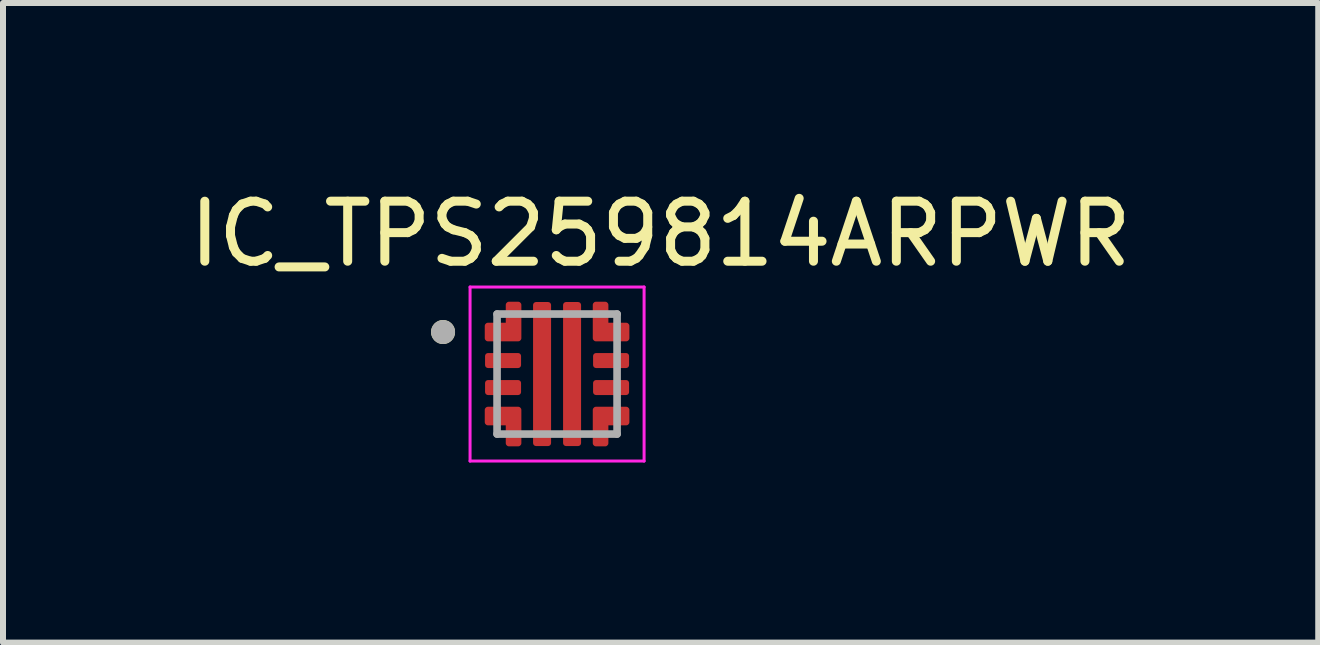
<source format=kicad_pcb>
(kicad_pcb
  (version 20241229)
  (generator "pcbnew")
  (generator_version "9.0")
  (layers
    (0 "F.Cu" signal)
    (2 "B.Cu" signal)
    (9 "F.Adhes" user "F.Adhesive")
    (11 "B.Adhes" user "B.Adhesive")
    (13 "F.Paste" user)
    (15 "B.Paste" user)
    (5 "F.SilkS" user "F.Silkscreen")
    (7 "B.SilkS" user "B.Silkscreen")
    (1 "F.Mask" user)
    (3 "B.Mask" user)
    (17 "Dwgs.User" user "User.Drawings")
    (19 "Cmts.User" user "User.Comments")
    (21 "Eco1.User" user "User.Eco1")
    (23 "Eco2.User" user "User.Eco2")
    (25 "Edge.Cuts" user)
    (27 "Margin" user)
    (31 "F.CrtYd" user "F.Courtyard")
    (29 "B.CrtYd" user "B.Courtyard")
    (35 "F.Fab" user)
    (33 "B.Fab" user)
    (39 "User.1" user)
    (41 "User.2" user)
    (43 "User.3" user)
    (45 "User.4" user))
  (footprint "IC_TPS259814ARPWR"
    (layer "F.Cu")
    (at 6.233 3.183)
    (property "Reference" "IC_TPS259814ARPWR" (at 1.725 -2.335 0) (layer "F.SilkS") (effects (font (size 1 1) (thickness 0.15))))
    (attr smd)
    (fp_poly (pts (xy -1.15 0.4) (xy -0.65 0.4) (xy -0.645 0.4) (xy -0.64 0.399) (xy -0.634 0.399) (xy -0.629 0.398) (xy -0.624 0.397) (xy -0.619 0.395) (xy -0.614 0.393) (xy -0.609 0.391) (xy -0.605 0.389) (xy -0.6 0.387) (xy -0.596 0.384) (xy -0.591 0.381) (xy -0.587 0.378) (xy -0.583 0.374) (xy -0.579 0.371) (xy -0.576 0.367) (xy -0.572 0.363) (xy -0.569 0.359) (xy -0.566 0.354) (xy -0.563 0.35) (xy -0.561 0.345) (xy -0.559 0.341) (xy -0.557 0.336) (xy -0.555 0.331) (xy -0.553 0.326) (xy -0.552 0.321) (xy -0.551 0.316) (xy -0.551 0.31) (xy -0.55 0.305) (xy -0.55 0.3) (xy -0.55 0.15) (xy -0.55 0.145) (xy -0.551 0.14) (xy -0.551 0.134) (xy -0.552 0.129) (xy -0.553 0.124) (xy -0.555 0.119) (xy -0.557 0.114) (xy -0.559 0.109) (xy -0.561 0.105) (xy -0.563 0.1) (xy -0.566 0.096) (xy -0.569 0.091) (xy -0.572 0.087) (xy -0.576 0.083) (xy -0.579 0.079) (xy -0.583 0.076) (xy -0.587 0.072) (xy -0.591 0.069) (xy -0.596 0.066) (xy -0.6 0.063) (xy -0.605 0.061) (xy -0.609 0.059) (xy -0.614 0.057) (xy -0.619 0.055) (xy -0.624 0.053) (xy -0.629 0.052) (xy -0.634 0.051) (xy -0.64 0.051) (xy -0.645 0.05) (xy -0.65 0.05) (xy -1.15 0.05) (xy -1.155 0.05) (xy -1.16 0.051) (xy -1.166 0.051) (xy -1.171 0.052) (xy -1.176 0.053) (xy -1.181 0.055) (xy -1.186 0.057) (xy -1.191 0.059) (xy -1.195 0.061) (xy -1.2 0.063) (xy -1.204 0.066) (xy -1.209 0.069) (xy -1.213 0.072) (xy -1.217 0.076) (xy -1.221 0.079) (xy -1.224 0.083) (xy -1.228 0.087) (xy -1.231 0.091) (xy -1.234 0.096) (xy -1.237 0.1) (xy -1.239 0.105) (xy -1.241 0.109) (xy -1.243 0.114) (xy -1.245 0.119) (xy -1.247 0.124) (xy -1.248 0.129) (xy -1.249 0.134) (xy -1.249 0.14) (xy -1.25 0.145) (xy -1.25 0.15) (xy -1.25 0.3) (xy -1.25 0.305) (xy -1.249 0.31) (xy -1.249 0.316) (xy -1.248 0.321) (xy -1.247 0.326) (xy -1.245 0.331) (xy -1.243 0.336) (xy -1.241 0.341) (xy -1.239 0.345) (xy -1.237 0.35) (xy -1.234 0.354) (xy -1.231 0.359) (xy -1.228 0.363) (xy -1.224 0.367) (xy -1.221 0.371) (xy -1.217 0.374) (xy -1.213 0.378) (xy -1.209 0.381) (xy -1.204 0.384) (xy -1.2 0.387) (xy -1.195 0.389) (xy -1.191 0.391) (xy -1.186 0.393) (xy -1.181 0.395) (xy -1.176 0.397) (xy -1.171 0.398) (xy -1.166 0.399) (xy -1.16 0.399) (xy -1.155 0.4) (xy -1.15 0.4)) (stroke (width 0.01) (type solid)) (fill yes) (layer "F.Mask"))
    (fp_poly (pts (xy -0.55 -0.15) (xy -0.55 -0.3) (xy -0.55 -0.305) (xy -0.551 -0.31) (xy -0.551 -0.316) (xy -0.552 -0.321) (xy -0.553 -0.326) (xy -0.555 -0.331) (xy -0.557 -0.336) (xy -0.559 -0.341) (xy -0.561 -0.345) (xy -0.563 -0.35) (xy -0.566 -0.354) (xy -0.569 -0.359) (xy -0.572 -0.363) (xy -0.576 -0.367) (xy -0.579 -0.371) (xy -0.583 -0.374) (xy -0.587 -0.378) (xy -0.591 -0.381) (xy -0.596 -0.384) (xy -0.6 -0.387) (xy -0.605 -0.389) (xy -0.609 -0.391) (xy -0.614 -0.393) (xy -0.619 -0.395) (xy -0.624 -0.397) (xy -0.629 -0.398) (xy -0.634 -0.399) (xy -0.64 -0.399) (xy -0.645 -0.4) (xy -0.65 -0.4) (xy -1.15 -0.4) (xy -1.155 -0.4) (xy -1.16 -0.399) (xy -1.166 -0.399) (xy -1.171 -0.398) (xy -1.176 -0.397) (xy -1.181 -0.395) (xy -1.186 -0.393) (xy -1.191 -0.391) (xy -1.195 -0.389) (xy -1.2 -0.387) (xy -1.204 -0.384) (xy -1.209 -0.381) (xy -1.213 -0.378) (xy -1.217 -0.374) (xy -1.221 -0.371) (xy -1.224 -0.367) (xy -1.228 -0.363) (xy -1.231 -0.359) (xy -1.234 -0.354) (xy -1.237 -0.35) (xy -1.239 -0.345) (xy -1.241 -0.341) (xy -1.243 -0.336) (xy -1.245 -0.331) (xy -1.247 -0.326) (xy -1.248 -0.321) (xy -1.249 -0.316) (xy -1.249 -0.31) (xy -1.25 -0.305) (xy -1.25 -0.3) (xy -1.25 -0.15) (xy -1.25 -0.145) (xy -1.249 -0.14) (xy -1.249 -0.134) (xy -1.248 -0.129) (xy -1.247 -0.124) (xy -1.245 -0.119) (xy -1.243 -0.114) (xy -1.241 -0.109) (xy -1.239 -0.105) (xy -1.237 -0.1) (xy -1.234 -0.096) (xy -1.231 -0.091) (xy -1.228 -0.087) (xy -1.224 -0.083) (xy -1.221 -0.079) (xy -1.217 -0.076) (xy -1.213 -0.072) (xy -1.209 -0.069) (xy -1.204 -0.066) (xy -1.2 -0.063) (xy -1.195 -0.061) (xy -1.191 -0.059) (xy -1.186 -0.057) (xy -1.181 -0.055) (xy -1.176 -0.053) (xy -1.171 -0.052) (xy -1.166 -0.051) (xy -1.16 -0.051) (xy -1.155 -0.05) (xy -1.15 -0.05) (xy -0.65 -0.05) (xy -0.645 -0.05) (xy -0.64 -0.051) (xy -0.634 -0.051) (xy -0.629 -0.052) (xy -0.624 -0.053) (xy -0.619 -0.055) (xy -0.614 -0.057) (xy -0.609 -0.059) (xy -0.605 -0.061) (xy -0.6 -0.063) (xy -0.596 -0.066) (xy -0.591 -0.069) (xy -0.587 -0.072) (xy -0.583 -0.076) (xy -0.579 -0.079) (xy -0.576 -0.083) (xy -0.572 -0.087) (xy -0.569 -0.091) (xy -0.566 -0.096) (xy -0.563 -0.1) (xy -0.561 -0.105) (xy -0.559 -0.109) (xy -0.557 -0.114) (xy -0.555 -0.119) (xy -0.553 -0.124) (xy -0.552 -0.129) (xy -0.551 -0.134) (xy -0.551 -0.14) (xy -0.55 -0.145) (xy -0.55 -0.15)) (stroke (width 0.01) (type solid)) (fill yes) (layer "F.Mask"))
    (fp_poly (pts (xy -0.45 -1.15) (xy -0.45 1.15) (xy -0.45 1.155) (xy -0.449 1.16) (xy -0.449 1.166) (xy -0.448 1.171) (xy -0.447 1.176) (xy -0.445 1.181) (xy -0.443 1.186) (xy -0.441 1.191) (xy -0.439 1.195) (xy -0.437 1.2) (xy -0.434 1.204) (xy -0.431 1.209) (xy -0.428 1.213) (xy -0.424 1.217) (xy -0.421 1.221) (xy -0.417 1.224) (xy -0.413 1.228) (xy -0.409 1.231) (xy -0.404 1.234) (xy -0.4 1.237) (xy -0.395 1.239) (xy -0.391 1.241) (xy -0.386 1.243) (xy -0.381 1.245) (xy -0.376 1.247) (xy -0.371 1.248) (xy -0.366 1.249) (xy -0.36 1.249) (xy -0.355 1.25) (xy -0.35 1.25) (xy -0.15 1.25) (xy -0.145 1.25) (xy -0.14 1.249) (xy -0.134 1.249) (xy -0.129 1.248) (xy -0.124 1.247) (xy -0.119 1.245) (xy -0.114 1.243) (xy -0.109 1.241) (xy -0.105 1.239) (xy -0.1 1.237) (xy -0.096 1.234) (xy -0.091 1.231) (xy -0.087 1.228) (xy -0.083 1.224) (xy -0.079 1.221) (xy -0.076 1.217) (xy -0.072 1.213) (xy -0.069 1.209) (xy -0.066 1.204) (xy -0.063 1.2) (xy -0.061 1.195) (xy -0.059 1.191) (xy -0.057 1.186) (xy -0.055 1.181) (xy -0.053 1.176) (xy -0.052 1.171) (xy -0.051 1.166) (xy -0.051 1.16) (xy -0.05 1.155) (xy -0.05 1.15) (xy -0.05 -1.15) (xy -0.05 -1.155) (xy -0.051 -1.16) (xy -0.051 -1.166) (xy -0.052 -1.171) (xy -0.053 -1.176) (xy -0.055 -1.181) (xy -0.057 -1.186) (xy -0.059 -1.191) (xy -0.061 -1.195) (xy -0.063 -1.2) (xy -0.066 -1.204) (xy -0.069 -1.209) (xy -0.072 -1.213) (xy -0.076 -1.217) (xy -0.079 -1.221) (xy -0.083 -1.224) (xy -0.087 -1.228) (xy -0.091 -1.231) (xy -0.096 -1.234) (xy -0.1 -1.237) (xy -0.105 -1.239) (xy -0.109 -1.241) (xy -0.114 -1.243) (xy -0.119 -1.245) (xy -0.124 -1.247) (xy -0.129 -1.248) (xy -0.134 -1.249) (xy -0.14 -1.249) (xy -0.145 -1.25) (xy -0.15 -1.25) (xy -0.35 -1.25) (xy -0.355 -1.25) (xy -0.36 -1.249) (xy -0.366 -1.249) (xy -0.371 -1.248) (xy -0.376 -1.247) (xy -0.381 -1.245) (xy -0.386 -1.243) (xy -0.391 -1.241) (xy -0.395 -1.239) (xy -0.4 -1.237) (xy -0.404 -1.234) (xy -0.409 -1.231) (xy -0.413 -1.228) (xy -0.417 -1.224) (xy -0.421 -1.221) (xy -0.424 -1.217) (xy -0.428 -1.213) (xy -0.431 -1.209) (xy -0.434 -1.204) (xy -0.437 -1.2) (xy -0.439 -1.195) (xy -0.441 -1.191) (xy -0.443 -1.186) (xy -0.445 -1.181) (xy -0.447 -1.176) (xy -0.448 -1.171) (xy -0.449 -1.166) (xy -0.449 -1.16) (xy -0.45 -1.155) (xy -0.45 -1.15)) (stroke (width 0.01) (type solid)) (fill yes) (layer "F.Mask"))
    (fp_poly (pts (xy 0.45 1.15) (xy 0.45 -1.15) (xy 0.45 -1.155) (xy 0.449 -1.16) (xy 0.449 -1.166) (xy 0.448 -1.171) (xy 0.447 -1.176) (xy 0.445 -1.181) (xy 0.443 -1.186) (xy 0.441 -1.191) (xy 0.439 -1.195) (xy 0.437 -1.2) (xy 0.434 -1.204) (xy 0.431 -1.209) (xy 0.428 -1.213) (xy 0.424 -1.217) (xy 0.421 -1.221) (xy 0.417 -1.224) (xy 0.413 -1.228) (xy 0.409 -1.231) (xy 0.404 -1.234) (xy 0.4 -1.237) (xy 0.395 -1.239) (xy 0.391 -1.241) (xy 0.386 -1.243) (xy 0.381 -1.245) (xy 0.376 -1.247) (xy 0.371 -1.248) (xy 0.366 -1.249) (xy 0.36 -1.249) (xy 0.355 -1.25) (xy 0.35 -1.25) (xy 0.15 -1.25) (xy 0.145 -1.25) (xy 0.14 -1.249) (xy 0.134 -1.249) (xy 0.129 -1.248) (xy 0.124 -1.247) (xy 0.119 -1.245) (xy 0.114 -1.243) (xy 0.109 -1.241) (xy 0.105 -1.239) (xy 0.1 -1.237) (xy 0.096 -1.234) (xy 0.091 -1.231) (xy 0.087 -1.228) (xy 0.083 -1.224) (xy 0.079 -1.221) (xy 0.076 -1.217) (xy 0.072 -1.213) (xy 0.069 -1.209) (xy 0.066 -1.204) (xy 0.063 -1.2) (xy 0.061 -1.195) (xy 0.059 -1.191) (xy 0.057 -1.186) (xy 0.055 -1.181) (xy 0.053 -1.176) (xy 0.052 -1.171) (xy 0.051 -1.166) (xy 0.051 -1.16) (xy 0.05 -1.155) (xy 0.05 -1.15) (xy 0.05 1.15) (xy 0.05 1.155) (xy 0.051 1.16) (xy 0.051 1.166) (xy 0.052 1.171) (xy 0.053 1.176) (xy 0.055 1.181) (xy 0.057 1.186) (xy 0.059 1.191) (xy 0.061 1.195) (xy 0.063 1.2) (xy 0.066 1.204) (xy 0.069 1.209) (xy 0.072 1.213) (xy 0.076 1.217) (xy 0.079 1.221) (xy 0.083 1.224) (xy 0.087 1.228) (xy 0.091 1.231) (xy 0.096 1.234) (xy 0.1 1.237) (xy 0.105 1.239) (xy 0.109 1.241) (xy 0.114 1.243) (xy 0.119 1.245) (xy 0.124 1.247) (xy 0.129 1.248) (xy 0.134 1.249) (xy 0.14 1.249) (xy 0.145 1.25) (xy 0.15 1.25) (xy 0.35 1.25) (xy 0.355 1.25) (xy 0.36 1.249) (xy 0.366 1.249) (xy 0.371 1.248) (xy 0.376 1.247) (xy 0.381 1.245) (xy 0.386 1.243) (xy 0.391 1.241) (xy 0.395 1.239) (xy 0.4 1.237) (xy 0.404 1.234) (xy 0.409 1.231) (xy 0.413 1.228) (xy 0.417 1.224) (xy 0.421 1.221) (xy 0.424 1.217) (xy 0.428 1.213) (xy 0.431 1.209) (xy 0.434 1.204) (xy 0.437 1.2) (xy 0.439 1.195) (xy 0.441 1.191) (xy 0.443 1.186) (xy 0.445 1.181) (xy 0.447 1.176) (xy 0.448 1.171) (xy 0.449 1.166) (xy 0.449 1.16) (xy 0.45 1.155) (xy 0.45 1.15)) (stroke (width 0.01) (type solid)) (fill yes) (layer "F.Mask"))
    (fp_poly (pts (xy 0.55 0.15) (xy 0.55 0.3) (xy 0.55 0.305) (xy 0.551 0.31) (xy 0.551 0.316) (xy 0.552 0.321) (xy 0.553 0.326) (xy 0.555 0.331) (xy 0.557 0.336) (xy 0.559 0.341) (xy 0.561 0.345) (xy 0.563 0.35) (xy 0.566 0.354) (xy 0.569 0.359) (xy 0.572 0.363) (xy 0.576 0.367) (xy 0.579 0.371) (xy 0.583 0.374) (xy 0.587 0.378) (xy 0.591 0.381) (xy 0.596 0.384) (xy 0.6 0.387) (xy 0.605 0.389) (xy 0.609 0.391) (xy 0.614 0.393) (xy 0.619 0.395) (xy 0.624 0.397) (xy 0.629 0.398) (xy 0.634 0.399) (xy 0.64 0.399) (xy 0.645 0.4) (xy 0.65 0.4) (xy 1.15 0.4) (xy 1.155 0.4) (xy 1.16 0.399) (xy 1.166 0.399) (xy 1.171 0.398) (xy 1.176 0.397) (xy 1.181 0.395) (xy 1.186 0.393) (xy 1.191 0.391) (xy 1.195 0.389) (xy 1.2 0.387) (xy 1.204 0.384) (xy 1.209 0.381) (xy 1.213 0.378) (xy 1.217 0.374) (xy 1.221 0.371) (xy 1.224 0.367) (xy 1.228 0.363) (xy 1.231 0.359) (xy 1.234 0.354) (xy 1.237 0.35) (xy 1.239 0.345) (xy 1.241 0.341) (xy 1.243 0.336) (xy 1.245 0.331) (xy 1.247 0.326) (xy 1.248 0.321) (xy 1.249 0.316) (xy 1.249 0.31) (xy 1.25 0.305) (xy 1.25 0.3) (xy 1.25 0.15) (xy 1.25 0.145) (xy 1.249 0.14) (xy 1.249 0.134) (xy 1.248 0.129) (xy 1.247 0.124) (xy 1.245 0.119) (xy 1.243 0.114) (xy 1.241 0.109) (xy 1.239 0.105) (xy 1.237 0.1) (xy 1.234 0.096) (xy 1.231 0.091) (xy 1.228 0.087) (xy 1.224 0.083) (xy 1.221 0.079) (xy 1.217 0.076) (xy 1.213 0.072) (xy 1.209 0.069) (xy 1.204 0.066) (xy 1.2 0.063) (xy 1.195 0.061) (xy 1.191 0.059) (xy 1.186 0.057) (xy 1.181 0.055) (xy 1.176 0.053) (xy 1.171 0.052) (xy 1.166 0.051) (xy 1.16 0.051) (xy 1.155 0.05) (xy 1.15 0.05) (xy 0.65 0.05) (xy 0.645 0.05) (xy 0.64 0.051) (xy 0.634 0.051) (xy 0.629 0.052) (xy 0.624 0.053) (xy 0.619 0.055) (xy 0.614 0.057) (xy 0.609 0.059) (xy 0.605 0.061) (xy 0.6 0.063) (xy 0.596 0.066) (xy 0.591 0.069) (xy 0.587 0.072) (xy 0.583 0.076) (xy 0.579 0.079) (xy 0.576 0.083) (xy 0.572 0.087) (xy 0.569 0.091) (xy 0.566 0.096) (xy 0.563 0.1) (xy 0.561 0.105) (xy 0.559 0.109) (xy 0.557 0.114) (xy 0.555 0.119) (xy 0.553 0.124) (xy 0.552 0.129) (xy 0.551 0.134) (xy 0.551 0.14) (xy 0.55 0.145) (xy 0.55 0.15)) (stroke (width 0.01) (type solid)) (fill yes) (layer "F.Mask"))
    (fp_poly (pts (xy 1.15 -0.4) (xy 0.65 -0.4) (xy 0.645 -0.4) (xy 0.64 -0.399) (xy 0.634 -0.399) (xy 0.629 -0.398) (xy 0.624 -0.397) (xy 0.619 -0.395) (xy 0.614 -0.393) (xy 0.609 -0.391) (xy 0.605 -0.389) (xy 0.6 -0.387) (xy 0.596 -0.384) (xy 0.591 -0.381) (xy 0.587 -0.378) (xy 0.583 -0.374) (xy 0.579 -0.371) (xy 0.576 -0.367) (xy 0.572 -0.363) (xy 0.569 -0.359) (xy 0.566 -0.354) (xy 0.563 -0.35) (xy 0.561 -0.345) (xy 0.559 -0.341) (xy 0.557 -0.336) (xy 0.555 -0.331) (xy 0.553 -0.326) (xy 0.552 -0.321) (xy 0.551 -0.316) (xy 0.551 -0.31) (xy 0.55 -0.305) (xy 0.55 -0.3) (xy 0.55 -0.15) (xy 0.55 -0.145) (xy 0.551 -0.14) (xy 0.551 -0.134) (xy 0.552 -0.129) (xy 0.553 -0.124) (xy 0.555 -0.119) (xy 0.557 -0.114) (xy 0.559 -0.109) (xy 0.561 -0.105) (xy 0.563 -0.1) (xy 0.566 -0.096) (xy 0.569 -0.091) (xy 0.572 -0.087) (xy 0.576 -0.083) (xy 0.579 -0.079) (xy 0.583 -0.076) (xy 0.587 -0.072) (xy 0.591 -0.069) (xy 0.596 -0.066) (xy 0.6 -0.063) (xy 0.605 -0.061) (xy 0.609 -0.059) (xy 0.614 -0.057) (xy 0.619 -0.055) (xy 0.624 -0.053) (xy 0.629 -0.052) (xy 0.634 -0.051) (xy 0.64 -0.051) (xy 0.645 -0.05) (xy 0.65 -0.05) (xy 1.15 -0.05) (xy 1.155 -0.05) (xy 1.16 -0.051) (xy 1.166 -0.051) (xy 1.171 -0.052) (xy 1.176 -0.053) (xy 1.181 -0.055) (xy 1.186 -0.057) (xy 1.191 -0.059) (xy 1.195 -0.061) (xy 1.2 -0.063) (xy 1.204 -0.066) (xy 1.209 -0.069) (xy 1.213 -0.072) (xy 1.217 -0.076) (xy 1.221 -0.079) (xy 1.224 -0.083) (xy 1.228 -0.087) (xy 1.231 -0.091) (xy 1.234 -0.096) (xy 1.237 -0.1) (xy 1.239 -0.105) (xy 1.241 -0.109) (xy 1.243 -0.114) (xy 1.245 -0.119) (xy 1.247 -0.124) (xy 1.248 -0.129) (xy 1.249 -0.134) (xy 1.249 -0.14) (xy 1.25 -0.145) (xy 1.25 -0.15) (xy 1.25 -0.3) (xy 1.25 -0.305) (xy 1.249 -0.31) (xy 1.249 -0.316) (xy 1.248 -0.321) (xy 1.247 -0.326) (xy 1.245 -0.331) (xy 1.243 -0.336) (xy 1.241 -0.341) (xy 1.239 -0.345) (xy 1.237 -0.35) (xy 1.234 -0.354) (xy 1.231 -0.359) (xy 1.228 -0.363) (xy 1.224 -0.367) (xy 1.221 -0.371) (xy 1.217 -0.374) (xy 1.213 -0.378) (xy 1.209 -0.381) (xy 1.204 -0.384) (xy 1.2 -0.387) (xy 1.195 -0.389) (xy 1.191 -0.391) (xy 1.186 -0.393) (xy 1.181 -0.395) (xy 1.176 -0.397) (xy 1.171 -0.398) (xy 1.166 -0.399) (xy 1.16 -0.399) (xy 1.155 -0.4) (xy 1.15 -0.4)) (stroke (width 0.01) (type solid)) (fill yes) (layer "F.Mask"))
    (fp_poly (pts (xy -0.9 -0.9) (xy -1.15 -0.9) (xy -1.155 -0.9) (xy -1.16 -0.899) (xy -1.166 -0.899) (xy -1.171 -0.898) (xy -1.176 -0.897) (xy -1.181 -0.895) (xy -1.186 -0.893) (xy -1.191 -0.891) (xy -1.195 -0.889) (xy -1.2 -0.887) (xy -1.204 -0.884) (xy -1.209 -0.881) (xy -1.213 -0.878) (xy -1.217 -0.874) (xy -1.221 -0.871) (xy -1.224 -0.867) (xy -1.228 -0.863) (xy -1.231 -0.859) (xy -1.234 -0.854) (xy -1.237 -0.85) (xy -1.239 -0.845) (xy -1.241 -0.841) (xy -1.243 -0.836) (xy -1.245 -0.831) (xy -1.247 -0.826) (xy -1.248 -0.821) (xy -1.249 -0.816) (xy -1.249 -0.81) (xy -1.25 -0.805) (xy -1.25 -0.8) (xy -1.25 -0.6) (xy -1.25 -0.595) (xy -1.249 -0.59) (xy -1.249 -0.584) (xy -1.248 -0.579) (xy -1.247 -0.574) (xy -1.245 -0.569) (xy -1.243 -0.564) (xy -1.241 -0.559) (xy -1.239 -0.555) (xy -1.237 -0.55) (xy -1.234 -0.546) (xy -1.231 -0.541) (xy -1.228 -0.537) (xy -1.224 -0.533) (xy -1.221 -0.529) (xy -1.217 -0.526) (xy -1.213 -0.522) (xy -1.209 -0.519) (xy -1.204 -0.516) (xy -1.2 -0.513) (xy -1.195 -0.511) (xy -1.191 -0.509) (xy -1.186 -0.507) (xy -1.181 -0.505) (xy -1.176 -0.503) (xy -1.171 -0.502) (xy -1.166 -0.501) (xy -1.16 -0.501) (xy -1.155 -0.5) (xy -1.15 -0.5) (xy -0.65 -0.5) (xy -0.645 -0.5) (xy -0.64 -0.501) (xy -0.634 -0.501) (xy -0.629 -0.502) (xy -0.624 -0.503) (xy -0.619 -0.505) (xy -0.614 -0.507) (xy -0.609 -0.509) (xy -0.605 -0.511) (xy -0.6 -0.513) (xy -0.596 -0.516) (xy -0.591 -0.519) (xy -0.587 -0.522) (xy -0.583 -0.526) (xy -0.579 -0.529) (xy -0.576 -0.533) (xy -0.572 -0.537) (xy -0.569 -0.541) (xy -0.566 -0.546) (xy -0.563 -0.55) (xy -0.561 -0.555) (xy -0.559 -0.559) (xy -0.557 -0.564) (xy -0.555 -0.569) (xy -0.553 -0.574) (xy -0.552 -0.579) (xy -0.551 -0.584) (xy -0.551 -0.59) (xy -0.55 -0.595) (xy -0.55 -0.6) (xy -0.55 -1.15) (xy -0.55 -1.155) (xy -0.551 -1.16) (xy -0.551 -1.166) (xy -0.552 -1.171) (xy -0.553 -1.176) (xy -0.555 -1.181) (xy -0.557 -1.186) (xy -0.559 -1.191) (xy -0.561 -1.195) (xy -0.563 -1.2) (xy -0.566 -1.204) (xy -0.569 -1.209) (xy -0.572 -1.213) (xy -0.576 -1.217) (xy -0.579 -1.221) (xy -0.583 -1.224) (xy -0.587 -1.228) (xy -0.591 -1.231) (xy -0.596 -1.234) (xy -0.6 -1.237) (xy -0.605 -1.239) (xy -0.609 -1.241) (xy -0.614 -1.243) (xy -0.619 -1.245) (xy -0.624 -1.247) (xy -0.629 -1.248) (xy -0.634 -1.249) (xy -0.64 -1.249) (xy -0.645 -1.25) (xy -0.65 -1.25) (xy -0.8 -1.25) (xy -0.805 -1.25) (xy -0.81 -1.249) (xy -0.816 -1.249) (xy -0.821 -1.248) (xy -0.826 -1.247) (xy -0.831 -1.245) (xy -0.836 -1.243) (xy -0.841 -1.241) (xy -0.845 -1.239) (xy -0.85 -1.237) (xy -0.854 -1.234) (xy -0.859 -1.231) (xy -0.863 -1.228) (xy -0.867 -1.224) (xy -0.871 -1.221) (xy -0.874 -1.217) (xy -0.878 -1.213) (xy -0.881 -1.209) (xy -0.884 -1.204) (xy -0.887 -1.2) (xy -0.889 -1.195) (xy -0.891 -1.191) (xy -0.893 -1.186) (xy -0.895 -1.181) (xy -0.897 -1.176) (xy -0.898 -1.171) (xy -0.899 -1.166) (xy -0.899 -1.16) (xy -0.9 -1.155) (xy -0.9 -1.15) (xy -0.9 -0.9)) (stroke (width 0.01) (type solid)) (fill yes) (layer "F.Mask"))
    (fp_poly (pts (xy -0.9 0.9) (xy -0.9 1.15) (xy -0.9 1.155) (xy -0.899 1.16) (xy -0.899 1.166) (xy -0.898 1.171) (xy -0.897 1.176) (xy -0.895 1.181) (xy -0.893 1.186) (xy -0.891 1.191) (xy -0.889 1.195) (xy -0.887 1.2) (xy -0.884 1.204) (xy -0.881 1.209) (xy -0.878 1.213) (xy -0.874 1.217) (xy -0.871 1.221) (xy -0.867 1.224) (xy -0.863 1.228) (xy -0.859 1.231) (xy -0.854 1.234) (xy -0.85 1.237) (xy -0.845 1.239) (xy -0.841 1.241) (xy -0.836 1.243) (xy -0.831 1.245) (xy -0.826 1.247) (xy -0.821 1.248) (xy -0.816 1.249) (xy -0.81 1.249) (xy -0.805 1.25) (xy -0.8 1.25) (xy -0.65 1.25) (xy -0.645 1.25) (xy -0.64 1.249) (xy -0.634 1.249) (xy -0.629 1.248) (xy -0.624 1.247) (xy -0.619 1.245) (xy -0.614 1.243) (xy -0.609 1.241) (xy -0.605 1.239) (xy -0.6 1.237) (xy -0.596 1.234) (xy -0.591 1.231) (xy -0.587 1.228) (xy -0.583 1.224) (xy -0.579 1.221) (xy -0.576 1.217) (xy -0.572 1.213) (xy -0.569 1.209) (xy -0.566 1.204) (xy -0.563 1.2) (xy -0.561 1.195) (xy -0.559 1.191) (xy -0.557 1.186) (xy -0.555 1.181) (xy -0.553 1.176) (xy -0.552 1.171) (xy -0.551 1.166) (xy -0.551 1.16) (xy -0.55 1.155) (xy -0.55 1.15) (xy -0.55 0.6) (xy -0.55 0.595) (xy -0.551 0.59) (xy -0.551 0.584) (xy -0.552 0.579) (xy -0.553 0.574) (xy -0.555 0.569) (xy -0.557 0.564) (xy -0.559 0.559) (xy -0.561 0.555) (xy -0.563 0.55) (xy -0.566 0.546) (xy -0.569 0.541) (xy -0.572 0.537) (xy -0.576 0.533) (xy -0.579 0.529) (xy -0.583 0.526) (xy -0.587 0.522) (xy -0.591 0.519) (xy -0.596 0.516) (xy -0.6 0.513) (xy -0.605 0.511) (xy -0.609 0.509) (xy -0.614 0.507) (xy -0.619 0.505) (xy -0.624 0.503) (xy -0.629 0.502) (xy -0.634 0.501) (xy -0.64 0.501) (xy -0.645 0.5) (xy -0.65 0.5) (xy -1.15 0.5) (xy -1.155 0.5) (xy -1.16 0.501) (xy -1.166 0.501) (xy -1.171 0.502) (xy -1.176 0.503) (xy -1.181 0.505) (xy -1.186 0.507) (xy -1.191 0.509) (xy -1.195 0.511) (xy -1.2 0.513) (xy -1.204 0.516) (xy -1.209 0.519) (xy -1.213 0.522) (xy -1.217 0.526) (xy -1.221 0.529) (xy -1.224 0.533) (xy -1.228 0.537) (xy -1.231 0.541) (xy -1.234 0.546) (xy -1.237 0.55) (xy -1.239 0.555) (xy -1.241 0.559) (xy -1.243 0.564) (xy -1.245 0.569) (xy -1.247 0.574) (xy -1.248 0.579) (xy -1.249 0.584) (xy -1.249 0.59) (xy -1.25 0.595) (xy -1.25 0.6) (xy -1.25 0.8) (xy -1.25 0.805) (xy -1.249 0.81) (xy -1.249 0.816) (xy -1.248 0.821) (xy -1.247 0.826) (xy -1.245 0.831) (xy -1.243 0.836) (xy -1.241 0.841) (xy -1.239 0.845) (xy -1.237 0.85) (xy -1.234 0.854) (xy -1.231 0.859) (xy -1.228 0.863) (xy -1.224 0.867) (xy -1.221 0.871) (xy -1.217 0.874) (xy -1.213 0.878) (xy -1.209 0.881) (xy -1.204 0.884) (xy -1.2 0.887) (xy -1.195 0.889) (xy -1.191 0.891) (xy -1.186 0.893) (xy -1.181 0.895) (xy -1.176 0.897) (xy -1.171 0.898) (xy -1.166 0.899) (xy -1.16 0.899) (xy -1.155 0.9) (xy -1.15 0.9) (xy -0.9 0.9)) (stroke (width 0.01) (type solid)) (fill yes) (layer "F.Mask"))
    (fp_poly (pts (xy 0.9 -0.9) (xy 0.9 -1.15) (xy 0.9 -1.155) (xy 0.899 -1.16) (xy 0.899 -1.166) (xy 0.898 -1.171) (xy 0.897 -1.176) (xy 0.895 -1.181) (xy 0.893 -1.186) (xy 0.891 -1.191) (xy 0.889 -1.195) (xy 0.887 -1.2) (xy 0.884 -1.204) (xy 0.881 -1.209) (xy 0.878 -1.213) (xy 0.874 -1.217) (xy 0.871 -1.221) (xy 0.867 -1.224) (xy 0.863 -1.228) (xy 0.859 -1.231) (xy 0.854 -1.234) (xy 0.85 -1.237) (xy 0.845 -1.239) (xy 0.841 -1.241) (xy 0.836 -1.243) (xy 0.831 -1.245) (xy 0.826 -1.247) (xy 0.821 -1.248) (xy 0.816 -1.249) (xy 0.81 -1.249) (xy 0.805 -1.25) (xy 0.8 -1.25) (xy 0.65 -1.25) (xy 0.645 -1.25) (xy 0.64 -1.249) (xy 0.634 -1.249) (xy 0.629 -1.248) (xy 0.624 -1.247) (xy 0.619 -1.245) (xy 0.614 -1.243) (xy 0.609 -1.241) (xy 0.605 -1.239) (xy 0.6 -1.237) (xy 0.596 -1.234) (xy 0.591 -1.231) (xy 0.587 -1.228) (xy 0.583 -1.224) (xy 0.579 -1.221) (xy 0.576 -1.217) (xy 0.572 -1.213) (xy 0.569 -1.209) (xy 0.566 -1.204) (xy 0.563 -1.2) (xy 0.561 -1.195) (xy 0.559 -1.191) (xy 0.557 -1.186) (xy 0.555 -1.181) (xy 0.553 -1.176) (xy 0.552 -1.171) (xy 0.551 -1.166) (xy 0.551 -1.16) (xy 0.55 -1.155) (xy 0.55 -1.15) (xy 0.55 -0.6) (xy 0.55 -0.595) (xy 0.551 -0.59) (xy 0.551 -0.584) (xy 0.552 -0.579) (xy 0.553 -0.574) (xy 0.555 -0.569) (xy 0.557 -0.564) (xy 0.559 -0.559) (xy 0.561 -0.555) (xy 0.563 -0.55) (xy 0.566 -0.546) (xy 0.569 -0.541) (xy 0.572 -0.537) (xy 0.576 -0.533) (xy 0.579 -0.529) (xy 0.583 -0.526) (xy 0.587 -0.522) (xy 0.591 -0.519) (xy 0.596 -0.516) (xy 0.6 -0.513) (xy 0.605 -0.511) (xy 0.609 -0.509) (xy 0.614 -0.507) (xy 0.619 -0.505) (xy 0.624 -0.503) (xy 0.629 -0.502) (xy 0.634 -0.501) (xy 0.64 -0.501) (xy 0.645 -0.5) (xy 0.65 -0.5) (xy 1.15 -0.5) (xy 1.155 -0.5) (xy 1.16 -0.501) (xy 1.166 -0.501) (xy 1.171 -0.502) (xy 1.176 -0.503) (xy 1.181 -0.505) (xy 1.186 -0.507) (xy 1.191 -0.509) (xy 1.195 -0.511) (xy 1.2 -0.513) (xy 1.204 -0.516) (xy 1.209 -0.519) (xy 1.213 -0.522) (xy 1.217 -0.526) (xy 1.221 -0.529) (xy 1.224 -0.533) (xy 1.228 -0.537) (xy 1.231 -0.541) (xy 1.234 -0.546) (xy 1.237 -0.55) (xy 1.239 -0.555) (xy 1.241 -0.559) (xy 1.243 -0.564) (xy 1.245 -0.569) (xy 1.247 -0.574) (xy 1.248 -0.579) (xy 1.249 -0.584) (xy 1.249 -0.59) (xy 1.25 -0.595) (xy 1.25 -0.6) (xy 1.25 -0.8) (xy 1.25 -0.805) (xy 1.249 -0.81) (xy 1.249 -0.816) (xy 1.248 -0.821) (xy 1.247 -0.826) (xy 1.245 -0.831) (xy 1.243 -0.836) (xy 1.241 -0.841) (xy 1.239 -0.845) (xy 1.237 -0.85) (xy 1.234 -0.854) (xy 1.231 -0.859) (xy 1.228 -0.863) (xy 1.224 -0.867) (xy 1.221 -0.871) (xy 1.217 -0.874) (xy 1.213 -0.878) (xy 1.209 -0.881) (xy 1.204 -0.884) (xy 1.2 -0.887) (xy 1.195 -0.889) (xy 1.191 -0.891) (xy 1.186 -0.893) (xy 1.181 -0.895) (xy 1.176 -0.897) (xy 1.171 -0.898) (xy 1.166 -0.899) (xy 1.16 -0.899) (xy 1.155 -0.9) (xy 1.15 -0.9) (xy 0.9 -0.9)) (stroke (width 0.01) (type solid)) (fill yes) (layer "F.Mask"))
    (fp_poly (pts (xy 0.9 0.9) (xy 1.15 0.9) (xy 1.155 0.9) (xy 1.16 0.899) (xy 1.166 0.899) (xy 1.171 0.898) (xy 1.176 0.897) (xy 1.181 0.895) (xy 1.186 0.893) (xy 1.191 0.891) (xy 1.195 0.889) (xy 1.2 0.887) (xy 1.204 0.884) (xy 1.209 0.881) (xy 1.213 0.878) (xy 1.217 0.874) (xy 1.221 0.871) (xy 1.224 0.867) (xy 1.228 0.863) (xy 1.231 0.859) (xy 1.234 0.854) (xy 1.237 0.85) (xy 1.239 0.845) (xy 1.241 0.841) (xy 1.243 0.836) (xy 1.245 0.831) (xy 1.247 0.826) (xy 1.248 0.821) (xy 1.249 0.816) (xy 1.249 0.81) (xy 1.25 0.805) (xy 1.25 0.8) (xy 1.25 0.6) (xy 1.25 0.595) (xy 1.249 0.59) (xy 1.249 0.584) (xy 1.248 0.579) (xy 1.247 0.574) (xy 1.245 0.569) (xy 1.243 0.564) (xy 1.241 0.559) (xy 1.239 0.555) (xy 1.237 0.55) (xy 1.234 0.546) (xy 1.231 0.541) (xy 1.228 0.537) (xy 1.224 0.533) (xy 1.221 0.529) (xy 1.217 0.526) (xy 1.213 0.522) (xy 1.209 0.519) (xy 1.204 0.516) (xy 1.2 0.513) (xy 1.195 0.511) (xy 1.191 0.509) (xy 1.186 0.507) (xy 1.181 0.505) (xy 1.176 0.503) (xy 1.171 0.502) (xy 1.166 0.501) (xy 1.16 0.501) (xy 1.155 0.5) (xy 1.15 0.5) (xy 0.65 0.5) (xy 0.645 0.5) (xy 0.64 0.501) (xy 0.634 0.501) (xy 0.629 0.502) (xy 0.624 0.503) (xy 0.619 0.505) (xy 0.614 0.507) (xy 0.609 0.509) (xy 0.605 0.511) (xy 0.6 0.513) (xy 0.596 0.516) (xy 0.591 0.519) (xy 0.587 0.522) (xy 0.583 0.526) (xy 0.579 0.529) (xy 0.576 0.533) (xy 0.572 0.537) (xy 0.569 0.541) (xy 0.566 0.546) (xy 0.563 0.55) (xy 0.561 0.555) (xy 0.559 0.559) (xy 0.557 0.564) (xy 0.555 0.569) (xy 0.553 0.574) (xy 0.552 0.579) (xy 0.551 0.584) (xy 0.551 0.59) (xy 0.55 0.595) (xy 0.55 0.6) (xy 0.55 1.15) (xy 0.55 1.155) (xy 0.551 1.16) (xy 0.551 1.166) (xy 0.552 1.171) (xy 0.553 1.176) (xy 0.555 1.181) (xy 0.557 1.186) (xy 0.559 1.191) (xy 0.561 1.195) (xy 0.563 1.2) (xy 0.566 1.204) (xy 0.569 1.209) (xy 0.572 1.213) (xy 0.576 1.217) (xy 0.579 1.221) (xy 0.583 1.224) (xy 0.587 1.228) (xy 0.591 1.231) (xy 0.596 1.234) (xy 0.6 1.237) (xy 0.605 1.239) (xy 0.609 1.241) (xy 0.614 1.243) (xy 0.619 1.245) (xy 0.624 1.247) (xy 0.629 1.248) (xy 0.634 1.249) (xy 0.64 1.249) (xy 0.645 1.25) (xy 0.65 1.25) (xy 0.8 1.25) (xy 0.805 1.25) (xy 0.81 1.249) (xy 0.816 1.249) (xy 0.821 1.248) (xy 0.826 1.247) (xy 0.831 1.245) (xy 0.836 1.243) (xy 0.841 1.241) (xy 0.845 1.239) (xy 0.85 1.237) (xy 0.854 1.234) (xy 0.859 1.231) (xy 0.863 1.228) (xy 0.867 1.224) (xy 0.871 1.221) (xy 0.874 1.217) (xy 0.878 1.213) (xy 0.881 1.209) (xy 0.884 1.204) (xy 0.887 1.2) (xy 0.889 1.195) (xy 0.891 1.191) (xy 0.893 1.186) (xy 0.895 1.181) (xy 0.897 1.176) (xy 0.898 1.171) (xy 0.899 1.166) (xy 0.899 1.16) (xy 0.9 1.155) (xy 0.9 1.15) (xy 0.9 0.9)) (stroke (width 0.01) (type solid)) (fill yes) (layer "F.Mask"))
    (fp_circle (center -1.9 -0.7) (end -1.8 -0.7) (stroke (width 0.2) (type solid)) (fill no) (layer "F.SilkS"))
    (fp_poly (pts (xy -1.15 -0.1) (xy -1.153 -0.1) (xy -1.155 -0.1) (xy -1.158 -0.101) (xy -1.16 -0.101) (xy -1.163 -0.102) (xy -1.165 -0.102) (xy -1.168 -0.103) (xy -1.17 -0.104) (xy -1.173 -0.105) (xy -1.175 -0.107) (xy -1.177 -0.108) (xy -1.179 -0.11) (xy -1.181 -0.111) (xy -1.183 -0.113) (xy -1.185 -0.115) (xy -1.187 -0.117) (xy -1.189 -0.119) (xy -1.19 -0.121) (xy -1.192 -0.123) (xy -1.193 -0.125) (xy -1.195 -0.127) (xy -1.196 -0.13) (xy -1.197 -0.132) (xy -1.198 -0.135) (xy -1.198 -0.137) (xy -1.199 -0.14) (xy -1.199 -0.142) (xy -1.2 -0.145) (xy -1.2 -0.147) (xy -1.2 -0.15) (xy -1.2 -0.3) (xy -1.2 -0.303) (xy -1.2 -0.305) (xy -1.199 -0.308) (xy -1.199 -0.31) (xy -1.198 -0.313) (xy -1.198 -0.315) (xy -1.197 -0.318) (xy -1.196 -0.32) (xy -1.195 -0.323) (xy -1.193 -0.325) (xy -1.192 -0.327) (xy -1.19 -0.329) (xy -1.189 -0.331) (xy -1.187 -0.333) (xy -1.185 -0.335) (xy -1.183 -0.337) (xy -1.181 -0.339) (xy -1.179 -0.34) (xy -1.177 -0.342) (xy -1.175 -0.343) (xy -1.173 -0.345) (xy -1.17 -0.346) (xy -1.168 -0.347) (xy -1.165 -0.348) (xy -1.163 -0.348) (xy -1.16 -0.349) (xy -1.158 -0.349) (xy -1.155 -0.35) (xy -1.153 -0.35) (xy -1.15 -0.35) (xy -0.65 -0.35) (xy -0.647 -0.35) (xy -0.645 -0.35) (xy -0.642 -0.349) (xy -0.64 -0.349) (xy -0.637 -0.348) (xy -0.635 -0.348) (xy -0.632 -0.347) (xy -0.63 -0.346) (xy -0.627 -0.345) (xy -0.625 -0.343) (xy -0.623 -0.342) (xy -0.621 -0.34) (xy -0.619 -0.339) (xy -0.617 -0.337) (xy -0.615 -0.335) (xy -0.613 -0.333) (xy -0.611 -0.331) (xy -0.61 -0.329) (xy -0.608 -0.327) (xy -0.607 -0.325) (xy -0.605 -0.323) (xy -0.604 -0.32) (xy -0.603 -0.318) (xy -0.602 -0.315) (xy -0.602 -0.313) (xy -0.601 -0.31) (xy -0.601 -0.308) (xy -0.6 -0.305) (xy -0.6 -0.303) (xy -0.6 -0.3) (xy -0.6 -0.15) (xy -0.6 -0.147) (xy -0.6 -0.145) (xy -0.601 -0.142) (xy -0.601 -0.14) (xy -0.602 -0.137) (xy -0.602 -0.135) (xy -0.603 -0.132) (xy -0.604 -0.13) (xy -0.605 -0.127) (xy -0.607 -0.125) (xy -0.608 -0.123) (xy -0.61 -0.121) (xy -0.611 -0.119) (xy -0.613 -0.117) (xy -0.615 -0.115) (xy -0.617 -0.113) (xy -0.619 -0.111) (xy -0.621 -0.11) (xy -0.623 -0.108) (xy -0.625 -0.107) (xy -0.627 -0.105) (xy -0.63 -0.104) (xy -0.632 -0.103) (xy -0.635 -0.102) (xy -0.637 -0.102) (xy -0.64 -0.101) (xy -0.642 -0.101) (xy -0.645 -0.1) (xy -0.647 -0.1) (xy -0.65 -0.1) (xy -1.15 -0.1)) (stroke (width 0.01) (type solid)) (fill yes) (layer "F.Paste"))
    (fp_poly (pts (xy -1.15 0.35) (xy -1.153 0.35) (xy -1.155 0.35) (xy -1.158 0.349) (xy -1.16 0.349) (xy -1.163 0.348) (xy -1.165 0.348) (xy -1.168 0.347) (xy -1.17 0.346) (xy -1.173 0.345) (xy -1.175 0.343) (xy -1.177 0.342) (xy -1.179 0.34) (xy -1.181 0.339) (xy -1.183 0.337) (xy -1.185 0.335) (xy -1.187 0.333) (xy -1.189 0.331) (xy -1.19 0.329) (xy -1.192 0.327) (xy -1.193 0.325) (xy -1.195 0.323) (xy -1.196 0.32) (xy -1.197 0.318) (xy -1.198 0.315) (xy -1.198 0.313) (xy -1.199 0.31) (xy -1.199 0.308) (xy -1.2 0.305) (xy -1.2 0.303) (xy -1.2 0.3) (xy -1.2 0.15) (xy -1.2 0.147) (xy -1.2 0.145) (xy -1.199 0.142) (xy -1.199 0.14) (xy -1.198 0.137) (xy -1.198 0.135) (xy -1.197 0.132) (xy -1.196 0.13) (xy -1.195 0.127) (xy -1.193 0.125) (xy -1.192 0.123) (xy -1.19 0.121) (xy -1.189 0.119) (xy -1.187 0.117) (xy -1.185 0.115) (xy -1.183 0.113) (xy -1.181 0.111) (xy -1.179 0.11) (xy -1.177 0.108) (xy -1.175 0.107) (xy -1.173 0.105) (xy -1.17 0.104) (xy -1.168 0.103) (xy -1.165 0.102) (xy -1.163 0.102) (xy -1.16 0.101) (xy -1.158 0.101) (xy -1.155 0.1) (xy -1.153 0.1) (xy -1.15 0.1) (xy -0.65 0.1) (xy -0.647 0.1) (xy -0.645 0.1) (xy -0.642 0.101) (xy -0.64 0.101) (xy -0.637 0.102) (xy -0.635 0.102) (xy -0.632 0.103) (xy -0.63 0.104) (xy -0.627 0.105) (xy -0.625 0.107) (xy -0.623 0.108) (xy -0.621 0.11) (xy -0.619 0.111) (xy -0.617 0.113) (xy -0.615 0.115) (xy -0.613 0.117) (xy -0.611 0.119) (xy -0.61 0.121) (xy -0.608 0.123) (xy -0.607 0.125) (xy -0.605 0.127) (xy -0.604 0.13) (xy -0.603 0.132) (xy -0.602 0.135) (xy -0.602 0.137) (xy -0.601 0.14) (xy -0.601 0.142) (xy -0.6 0.145) (xy -0.6 0.147) (xy -0.6 0.15) (xy -0.6 0.3) (xy -0.6 0.303) (xy -0.6 0.305) (xy -0.601 0.308) (xy -0.601 0.31) (xy -0.602 0.313) (xy -0.602 0.315) (xy -0.603 0.318) (xy -0.604 0.32) (xy -0.605 0.323) (xy -0.607 0.325) (xy -0.608 0.327) (xy -0.61 0.329) (xy -0.611 0.331) (xy -0.613 0.333) (xy -0.615 0.335) (xy -0.617 0.337) (xy -0.619 0.339) (xy -0.621 0.34) (xy -0.623 0.342) (xy -0.625 0.343) (xy -0.627 0.345) (xy -0.63 0.346) (xy -0.632 0.347) (xy -0.635 0.348) (xy -0.637 0.348) (xy -0.64 0.349) (xy -0.642 0.349) (xy -0.645 0.35) (xy -0.647 0.35) (xy -0.65 0.35) (xy -1.15 0.35)) (stroke (width 0.01) (type solid)) (fill yes) (layer "F.Paste"))
    (fp_poly (pts (xy -0.39 -0.15) (xy -0.39 -1.11) (xy -0.39 -1.113) (xy -0.39 -1.115) (xy -0.389 -1.118) (xy -0.389 -1.12) (xy -0.388 -1.123) (xy -0.388 -1.125) (xy -0.387 -1.128) (xy -0.386 -1.13) (xy -0.385 -1.133) (xy -0.383 -1.135) (xy -0.382 -1.137) (xy -0.38 -1.139) (xy -0.379 -1.141) (xy -0.377 -1.143) (xy -0.375 -1.145) (xy -0.373 -1.147) (xy -0.371 -1.149) (xy -0.369 -1.15) (xy -0.367 -1.152) (xy -0.365 -1.153) (xy -0.363 -1.155) (xy -0.36 -1.156) (xy -0.358 -1.157) (xy -0.355 -1.158) (xy -0.353 -1.158) (xy -0.35 -1.159) (xy -0.348 -1.159) (xy -0.345 -1.16) (xy -0.343 -1.16) (xy -0.34 -1.16) (xy -0.16 -1.16) (xy -0.157 -1.16) (xy -0.155 -1.16) (xy -0.152 -1.159) (xy -0.15 -1.159) (xy -0.147 -1.158) (xy -0.145 -1.158) (xy -0.142 -1.157) (xy -0.14 -1.156) (xy -0.137 -1.155) (xy -0.135 -1.153) (xy -0.133 -1.152) (xy -0.131 -1.15) (xy -0.129 -1.149) (xy -0.127 -1.147) (xy -0.125 -1.145) (xy -0.123 -1.143) (xy -0.121 -1.141) (xy -0.12 -1.139) (xy -0.118 -1.137) (xy -0.117 -1.135) (xy -0.115 -1.133) (xy -0.114 -1.13) (xy -0.113 -1.128) (xy -0.112 -1.125) (xy -0.112 -1.123) (xy -0.111 -1.12) (xy -0.111 -1.118) (xy -0.11 -1.115) (xy -0.11 -1.113) (xy -0.11 -1.11) (xy -0.11 -0.15) (xy -0.11 -0.147) (xy -0.11 -0.145) (xy -0.111 -0.142) (xy -0.111 -0.14) (xy -0.112 -0.137) (xy -0.112 -0.135) (xy -0.113 -0.132) (xy -0.114 -0.13) (xy -0.115 -0.127) (xy -0.117 -0.125) (xy -0.118 -0.123) (xy -0.12 -0.121) (xy -0.121 -0.119) (xy -0.123 -0.117) (xy -0.125 -0.115) (xy -0.127 -0.113) (xy -0.129 -0.111) (xy -0.131 -0.11) (xy -0.133 -0.108) (xy -0.135 -0.107) (xy -0.137 -0.105) (xy -0.14 -0.104) (xy -0.142 -0.103) (xy -0.145 -0.102) (xy -0.147 -0.102) (xy -0.15 -0.101) (xy -0.152 -0.101) (xy -0.155 -0.1) (xy -0.157 -0.1) (xy -0.16 -0.1) (xy -0.34 -0.1) (xy -0.343 -0.1) (xy -0.345 -0.1) (xy -0.348 -0.101) (xy -0.35 -0.101) (xy -0.353 -0.102) (xy -0.355 -0.102) (xy -0.358 -0.103) (xy -0.36 -0.104) (xy -0.363 -0.105) (xy -0.365 -0.107) (xy -0.367 -0.108) (xy -0.369 -0.11) (xy -0.371 -0.111) (xy -0.373 -0.113) (xy -0.375 -0.115) (xy -0.377 -0.117) (xy -0.379 -0.119) (xy -0.38 -0.121) (xy -0.382 -0.123) (xy -0.383 -0.125) (xy -0.385 -0.127) (xy -0.386 -0.13) (xy -0.387 -0.132) (xy -0.388 -0.135) (xy -0.388 -0.137) (xy -0.389 -0.14) (xy -0.389 -0.142) (xy -0.39 -0.145) (xy -0.39 -0.147) (xy -0.39 -0.15)) (stroke (width 0.01) (type solid)) (fill yes) (layer "F.Paste"))
    (fp_poly (pts (xy -0.39 1.11) (xy -0.39 0.15) (xy -0.39 0.147) (xy -0.39 0.145) (xy -0.389 0.142) (xy -0.389 0.14) (xy -0.388 0.137) (xy -0.388 0.135) (xy -0.387 0.132) (xy -0.386 0.13) (xy -0.385 0.127) (xy -0.383 0.125) (xy -0.382 0.123) (xy -0.38 0.121) (xy -0.379 0.119) (xy -0.377 0.117) (xy -0.375 0.115) (xy -0.373 0.113) (xy -0.371 0.111) (xy -0.369 0.11) (xy -0.367 0.108) (xy -0.365 0.107) (xy -0.363 0.105) (xy -0.36 0.104) (xy -0.358 0.103) (xy -0.355 0.102) (xy -0.353 0.102) (xy -0.35 0.101) (xy -0.348 0.101) (xy -0.345 0.1) (xy -0.343 0.1) (xy -0.34 0.1) (xy -0.16 0.1) (xy -0.157 0.1) (xy -0.155 0.1) (xy -0.152 0.101) (xy -0.15 0.101) (xy -0.147 0.102) (xy -0.145 0.102) (xy -0.142 0.103) (xy -0.14 0.104) (xy -0.137 0.105) (xy -0.135 0.107) (xy -0.133 0.108) (xy -0.131 0.11) (xy -0.129 0.111) (xy -0.127 0.113) (xy -0.125 0.115) (xy -0.123 0.117) (xy -0.121 0.119) (xy -0.12 0.121) (xy -0.118 0.123) (xy -0.117 0.125) (xy -0.115 0.127) (xy -0.114 0.13) (xy -0.113 0.132) (xy -0.112 0.135) (xy -0.112 0.137) (xy -0.111 0.14) (xy -0.111 0.142) (xy -0.11 0.145) (xy -0.11 0.147) (xy -0.11 0.15) (xy -0.11 1.11) (xy -0.11 1.113) (xy -0.11 1.115) (xy -0.111 1.118) (xy -0.111 1.12) (xy -0.112 1.123) (xy -0.112 1.125) (xy -0.113 1.128) (xy -0.114 1.13) (xy -0.115 1.133) (xy -0.117 1.135) (xy -0.118 1.137) (xy -0.12 1.139) (xy -0.121 1.141) (xy -0.123 1.143) (xy -0.125 1.145) (xy -0.127 1.147) (xy -0.129 1.149) (xy -0.131 1.15) (xy -0.133 1.152) (xy -0.135 1.153) (xy -0.137 1.155) (xy -0.14 1.156) (xy -0.142 1.157) (xy -0.145 1.158) (xy -0.147 1.158) (xy -0.15 1.159) (xy -0.152 1.159) (xy -0.155 1.16) (xy -0.157 1.16) (xy -0.16 1.16) (xy -0.34 1.16) (xy -0.343 1.16) (xy -0.345 1.16) (xy -0.348 1.159) (xy -0.35 1.159) (xy -0.353 1.158) (xy -0.355 1.158) (xy -0.358 1.157) (xy -0.36 1.156) (xy -0.363 1.155) (xy -0.365 1.153) (xy -0.367 1.152) (xy -0.369 1.15) (xy -0.371 1.149) (xy -0.373 1.147) (xy -0.375 1.145) (xy -0.377 1.143) (xy -0.379 1.141) (xy -0.38 1.139) (xy -0.382 1.137) (xy -0.383 1.135) (xy -0.385 1.133) (xy -0.386 1.13) (xy -0.387 1.128) (xy -0.388 1.125) (xy -0.388 1.123) (xy -0.389 1.12) (xy -0.389 1.118) (xy -0.39 1.115) (xy -0.39 1.113) (xy -0.39 1.11)) (stroke (width 0.01) (type solid)) (fill yes) (layer "F.Paste"))
    (fp_poly (pts (xy 0.39 -1.11) (xy 0.39 -0.15) (xy 0.39 -0.147) (xy 0.39 -0.145) (xy 0.389 -0.142) (xy 0.389 -0.14) (xy 0.388 -0.137) (xy 0.388 -0.135) (xy 0.387 -0.132) (xy 0.386 -0.13) (xy 0.385 -0.127) (xy 0.383 -0.125) (xy 0.382 -0.123) (xy 0.38 -0.121) (xy 0.379 -0.119) (xy 0.377 -0.117) (xy 0.375 -0.115) (xy 0.373 -0.113) (xy 0.371 -0.111) (xy 0.369 -0.11) (xy 0.367 -0.108) (xy 0.365 -0.107) (xy 0.363 -0.105) (xy 0.36 -0.104) (xy 0.358 -0.103) (xy 0.355 -0.102) (xy 0.353 -0.102) (xy 0.35 -0.101) (xy 0.348 -0.101) (xy 0.345 -0.1) (xy 0.343 -0.1) (xy 0.34 -0.1) (xy 0.16 -0.1) (xy 0.157 -0.1) (xy 0.155 -0.1) (xy 0.152 -0.101) (xy 0.15 -0.101) (xy 0.147 -0.102) (xy 0.145 -0.102) (xy 0.142 -0.103) (xy 0.14 -0.104) (xy 0.137 -0.105) (xy 0.135 -0.107) (xy 0.133 -0.108) (xy 0.131 -0.11) (xy 0.129 -0.111) (xy 0.127 -0.113) (xy 0.125 -0.115) (xy 0.123 -0.117) (xy 0.121 -0.119) (xy 0.12 -0.121) (xy 0.118 -0.123) (xy 0.117 -0.125) (xy 0.115 -0.127) (xy 0.114 -0.13) (xy 0.113 -0.132) (xy 0.112 -0.135) (xy 0.112 -0.137) (xy 0.111 -0.14) (xy 0.111 -0.142) (xy 0.11 -0.145) (xy 0.11 -0.147) (xy 0.11 -0.15) (xy 0.11 -1.11) (xy 0.11 -1.113) (xy 0.11 -1.115) (xy 0.111 -1.118) (xy 0.111 -1.12) (xy 0.112 -1.123) (xy 0.112 -1.125) (xy 0.113 -1.128) (xy 0.114 -1.13) (xy 0.115 -1.133) (xy 0.117 -1.135) (xy 0.118 -1.137) (xy 0.12 -1.139) (xy 0.121 -1.141) (xy 0.123 -1.143) (xy 0.125 -1.145) (xy 0.127 -1.147) (xy 0.129 -1.149) (xy 0.131 -1.15) (xy 0.133 -1.152) (xy 0.135 -1.153) (xy 0.137 -1.155) (xy 0.14 -1.156) (xy 0.142 -1.157) (xy 0.145 -1.158) (xy 0.147 -1.158) (xy 0.15 -1.159) (xy 0.152 -1.159) (xy 0.155 -1.16) (xy 0.157 -1.16) (xy 0.16 -1.16) (xy 0.34 -1.16) (xy 0.343 -1.16) (xy 0.345 -1.16) (xy 0.348 -1.159) (xy 0.35 -1.159) (xy 0.353 -1.158) (xy 0.355 -1.158) (xy 0.358 -1.157) (xy 0.36 -1.156) (xy 0.363 -1.155) (xy 0.365 -1.153) (xy 0.367 -1.152) (xy 0.369 -1.15) (xy 0.371 -1.149) (xy 0.373 -1.147) (xy 0.375 -1.145) (xy 0.377 -1.143) (xy 0.379 -1.141) (xy 0.38 -1.139) (xy 0.382 -1.137) (xy 0.383 -1.135) (xy 0.385 -1.133) (xy 0.386 -1.13) (xy 0.387 -1.128) (xy 0.388 -1.125) (xy 0.388 -1.123) (xy 0.389 -1.12) (xy 0.389 -1.118) (xy 0.39 -1.115) (xy 0.39 -1.113) (xy 0.39 -1.11)) (stroke (width 0.01) (type solid)) (fill yes) (layer "F.Paste"))
    (fp_poly (pts (xy 0.39 0.15) (xy 0.39 1.11) (xy 0.39 1.113) (xy 0.39 1.115) (xy 0.389 1.118) (xy 0.389 1.12) (xy 0.388 1.123) (xy 0.388 1.125) (xy 0.387 1.128) (xy 0.386 1.13) (xy 0.385 1.133) (xy 0.383 1.135) (xy 0.382 1.137) (xy 0.38 1.139) (xy 0.379 1.141) (xy 0.377 1.143) (xy 0.375 1.145) (xy 0.373 1.147) (xy 0.371 1.149) (xy 0.369 1.15) (xy 0.367 1.152) (xy 0.365 1.153) (xy 0.363 1.155) (xy 0.36 1.156) (xy 0.358 1.157) (xy 0.355 1.158) (xy 0.353 1.158) (xy 0.35 1.159) (xy 0.348 1.159) (xy 0.345 1.16) (xy 0.343 1.16) (xy 0.34 1.16) (xy 0.16 1.16) (xy 0.157 1.16) (xy 0.155 1.16) (xy 0.152 1.159) (xy 0.15 1.159) (xy 0.147 1.158) (xy 0.145 1.158) (xy 0.142 1.157) (xy 0.14 1.156) (xy 0.137 1.155) (xy 0.135 1.153) (xy 0.133 1.152) (xy 0.131 1.15) (xy 0.129 1.149) (xy 0.127 1.147) (xy 0.125 1.145) (xy 0.123 1.143) (xy 0.121 1.141) (xy 0.12 1.139) (xy 0.118 1.137) (xy 0.117 1.135) (xy 0.115 1.133) (xy 0.114 1.13) (xy 0.113 1.128) (xy 0.112 1.125) (xy 0.112 1.123) (xy 0.111 1.12) (xy 0.111 1.118) (xy 0.11 1.115) (xy 0.11 1.113) (xy 0.11 1.11) (xy 0.11 0.15) (xy 0.11 0.147) (xy 0.11 0.145) (xy 0.111 0.142) (xy 0.111 0.14) (xy 0.112 0.137) (xy 0.112 0.135) (xy 0.113 0.132) (xy 0.114 0.13) (xy 0.115 0.127) (xy 0.117 0.125) (xy 0.118 0.123) (xy 0.12 0.121) (xy 0.121 0.119) (xy 0.123 0.117) (xy 0.125 0.115) (xy 0.127 0.113) (xy 0.129 0.111) (xy 0.131 0.11) (xy 0.133 0.108) (xy 0.135 0.107) (xy 0.137 0.105) (xy 0.14 0.104) (xy 0.142 0.103) (xy 0.145 0.102) (xy 0.147 0.102) (xy 0.15 0.101) (xy 0.152 0.101) (xy 0.155 0.1) (xy 0.157 0.1) (xy 0.16 0.1) (xy 0.34 0.1) (xy 0.343 0.1) (xy 0.345 0.1) (xy 0.348 0.101) (xy 0.35 0.101) (xy 0.353 0.102) (xy 0.355 0.102) (xy 0.358 0.103) (xy 0.36 0.104) (xy 0.363 0.105) (xy 0.365 0.107) (xy 0.367 0.108) (xy 0.369 0.11) (xy 0.371 0.111) (xy 0.373 0.113) (xy 0.375 0.115) (xy 0.377 0.117) (xy 0.379 0.119) (xy 0.38 0.121) (xy 0.382 0.123) (xy 0.383 0.125) (xy 0.385 0.127) (xy 0.386 0.13) (xy 0.387 0.132) (xy 0.388 0.135) (xy 0.388 0.137) (xy 0.389 0.14) (xy 0.389 0.142) (xy 0.39 0.145) (xy 0.39 0.147) (xy 0.39 0.15)) (stroke (width 0.01) (type solid)) (fill yes) (layer "F.Paste"))
    (fp_poly (pts (xy 0.65 -0.1) (xy 0.647 -0.1) (xy 0.645 -0.1) (xy 0.642 -0.101) (xy 0.64 -0.101) (xy 0.637 -0.102) (xy 0.635 -0.102) (xy 0.632 -0.103) (xy 0.63 -0.104) (xy 0.627 -0.105) (xy 0.625 -0.107) (xy 0.623 -0.108) (xy 0.621 -0.11) (xy 0.619 -0.111) (xy 0.617 -0.113) (xy 0.615 -0.115) (xy 0.613 -0.117) (xy 0.611 -0.119) (xy 0.61 -0.121) (xy 0.608 -0.123) (xy 0.607 -0.125) (xy 0.605 -0.127) (xy 0.604 -0.13) (xy 0.603 -0.132) (xy 0.602 -0.135) (xy 0.602 -0.137) (xy 0.601 -0.14) (xy 0.601 -0.142) (xy 0.6 -0.145) (xy 0.6 -0.147) (xy 0.6 -0.15) (xy 0.6 -0.3) (xy 0.6 -0.303) (xy 0.6 -0.305) (xy 0.601 -0.308) (xy 0.601 -0.31) (xy 0.602 -0.313) (xy 0.602 -0.315) (xy 0.603 -0.318) (xy 0.604 -0.32) (xy 0.605 -0.323) (xy 0.607 -0.325) (xy 0.608 -0.327) (xy 0.61 -0.329) (xy 0.611 -0.331) (xy 0.613 -0.333) (xy 0.615 -0.335) (xy 0.617 -0.337) (xy 0.619 -0.339) (xy 0.621 -0.34) (xy 0.623 -0.342) (xy 0.625 -0.343) (xy 0.627 -0.345) (xy 0.63 -0.346) (xy 0.632 -0.347) (xy 0.635 -0.348) (xy 0.637 -0.348) (xy 0.64 -0.349) (xy 0.642 -0.349) (xy 0.645 -0.35) (xy 0.647 -0.35) (xy 0.65 -0.35) (xy 1.15 -0.35) (xy 1.153 -0.35) (xy 1.155 -0.35) (xy 1.158 -0.349) (xy 1.16 -0.349) (xy 1.163 -0.348) (xy 1.165 -0.348) (xy 1.168 -0.347) (xy 1.17 -0.346) (xy 1.173 -0.345) (xy 1.175 -0.343) (xy 1.177 -0.342) (xy 1.179 -0.34) (xy 1.181 -0.339) (xy 1.183 -0.337) (xy 1.185 -0.335) (xy 1.187 -0.333) (xy 1.189 -0.331) (xy 1.19 -0.329) (xy 1.192 -0.327) (xy 1.193 -0.325) (xy 1.195 -0.323) (xy 1.196 -0.32) (xy 1.197 -0.318) (xy 1.198 -0.315) (xy 1.198 -0.313) (xy 1.199 -0.31) (xy 1.199 -0.308) (xy 1.2 -0.305) (xy 1.2 -0.303) (xy 1.2 -0.3) (xy 1.2 -0.15) (xy 1.2 -0.147) (xy 1.2 -0.145) (xy 1.199 -0.142) (xy 1.199 -0.14) (xy 1.198 -0.137) (xy 1.198 -0.135) (xy 1.197 -0.132) (xy 1.196 -0.13) (xy 1.195 -0.127) (xy 1.193 -0.125) (xy 1.192 -0.123) (xy 1.19 -0.121) (xy 1.189 -0.119) (xy 1.187 -0.117) (xy 1.185 -0.115) (xy 1.183 -0.113) (xy 1.181 -0.111) (xy 1.179 -0.11) (xy 1.177 -0.108) (xy 1.175 -0.107) (xy 1.173 -0.105) (xy 1.17 -0.104) (xy 1.168 -0.103) (xy 1.165 -0.102) (xy 1.163 -0.102) (xy 1.16 -0.101) (xy 1.158 -0.101) (xy 1.155 -0.1) (xy 1.153 -0.1) (xy 1.15 -0.1) (xy 0.65 -0.1)) (stroke (width 0.01) (type solid)) (fill yes) (layer "F.Paste"))
    (fp_poly (pts (xy 0.65 0.35) (xy 0.647 0.35) (xy 0.645 0.35) (xy 0.642 0.349) (xy 0.64 0.349) (xy 0.637 0.348) (xy 0.635 0.348) (xy 0.632 0.347) (xy 0.63 0.346) (xy 0.627 0.345) (xy 0.625 0.343) (xy 0.623 0.342) (xy 0.621 0.34) (xy 0.619 0.339) (xy 0.617 0.337) (xy 0.615 0.335) (xy 0.613 0.333) (xy 0.611 0.331) (xy 0.61 0.329) (xy 0.608 0.327) (xy 0.607 0.325) (xy 0.605 0.323) (xy 0.604 0.32) (xy 0.603 0.318) (xy 0.602 0.315) (xy 0.602 0.313) (xy 0.601 0.31) (xy 0.601 0.308) (xy 0.6 0.305) (xy 0.6 0.303) (xy 0.6 0.3) (xy 0.6 0.15) (xy 0.6 0.147) (xy 0.6 0.145) (xy 0.601 0.142) (xy 0.601 0.14) (xy 0.602 0.137) (xy 0.602 0.135) (xy 0.603 0.132) (xy 0.604 0.13) (xy 0.605 0.127) (xy 0.607 0.125) (xy 0.608 0.123) (xy 0.61 0.121) (xy 0.611 0.119) (xy 0.613 0.117) (xy 0.615 0.115) (xy 0.617 0.113) (xy 0.619 0.111) (xy 0.621 0.11) (xy 0.623 0.108) (xy 0.625 0.107) (xy 0.627 0.105) (xy 0.63 0.104) (xy 0.632 0.103) (xy 0.635 0.102) (xy 0.637 0.102) (xy 0.64 0.101) (xy 0.642 0.101) (xy 0.645 0.1) (xy 0.647 0.1) (xy 0.65 0.1) (xy 1.15 0.1) (xy 1.153 0.1) (xy 1.155 0.1) (xy 1.158 0.101) (xy 1.16 0.101) (xy 1.163 0.102) (xy 1.165 0.102) (xy 1.168 0.103) (xy 1.17 0.104) (xy 1.173 0.105) (xy 1.175 0.107) (xy 1.177 0.108) (xy 1.179 0.11) (xy 1.181 0.111) (xy 1.183 0.113) (xy 1.185 0.115) (xy 1.187 0.117) (xy 1.189 0.119) (xy 1.19 0.121) (xy 1.192 0.123) (xy 1.193 0.125) (xy 1.195 0.127) (xy 1.196 0.13) (xy 1.197 0.132) (xy 1.198 0.135) (xy 1.198 0.137) (xy 1.199 0.14) (xy 1.199 0.142) (xy 1.2 0.145) (xy 1.2 0.147) (xy 1.2 0.15) (xy 1.2 0.3) (xy 1.2 0.303) (xy 1.2 0.305) (xy 1.199 0.308) (xy 1.199 0.31) (xy 1.198 0.313) (xy 1.198 0.315) (xy 1.197 0.318) (xy 1.196 0.32) (xy 1.195 0.323) (xy 1.193 0.325) (xy 1.192 0.327) (xy 1.19 0.329) (xy 1.189 0.331) (xy 1.187 0.333) (xy 1.185 0.335) (xy 1.183 0.337) (xy 1.181 0.339) (xy 1.179 0.34) (xy 1.177 0.342) (xy 1.175 0.343) (xy 1.173 0.345) (xy 1.17 0.346) (xy 1.168 0.347) (xy 1.165 0.348) (xy 1.163 0.348) (xy 1.16 0.349) (xy 1.158 0.349) (xy 1.155 0.35) (xy 1.153 0.35) (xy 1.15 0.35) (xy 0.65 0.35)) (stroke (width 0.01) (type solid)) (fill yes) (layer "F.Paste"))
    (fp_poly (pts (xy -0.825 -0.825) (xy -1.15 -0.825) (xy -1.153 -0.825) (xy -1.155 -0.825) (xy -1.158 -0.824) (xy -1.16 -0.824) (xy -1.163 -0.823) (xy -1.165 -0.823) (xy -1.168 -0.822) (xy -1.17 -0.821) (xy -1.173 -0.82) (xy -1.175 -0.818) (xy -1.177 -0.817) (xy -1.179 -0.815) (xy -1.181 -0.814) (xy -1.183 -0.812) (xy -1.185 -0.81) (xy -1.187 -0.808) (xy -1.189 -0.806) (xy -1.19 -0.804) (xy -1.192 -0.802) (xy -1.193 -0.8) (xy -1.195 -0.798) (xy -1.196 -0.795) (xy -1.197 -0.793) (xy -1.198 -0.79) (xy -1.198 -0.788) (xy -1.199 -0.785) (xy -1.199 -0.783) (xy -1.2 -0.78) (xy -1.2 -0.778) (xy -1.2 -0.775) (xy -1.2 -0.6) (xy -1.2 -0.597) (xy -1.2 -0.595) (xy -1.199 -0.592) (xy -1.199 -0.59) (xy -1.198 -0.587) (xy -1.198 -0.585) (xy -1.197 -0.582) (xy -1.196 -0.58) (xy -1.195 -0.577) (xy -1.193 -0.575) (xy -1.192 -0.573) (xy -1.19 -0.571) (xy -1.189 -0.569) (xy -1.187 -0.567) (xy -1.185 -0.565) (xy -1.183 -0.563) (xy -1.181 -0.561) (xy -1.179 -0.56) (xy -1.177 -0.558) (xy -1.175 -0.557) (xy -1.173 -0.555) (xy -1.17 -0.554) (xy -1.168 -0.553) (xy -1.165 -0.552) (xy -1.163 -0.552) (xy -1.16 -0.551) (xy -1.158 -0.551) (xy -1.155 -0.55) (xy -1.153 -0.55) (xy -1.15 -0.55) (xy -0.65 -0.55) (xy -0.647 -0.55) (xy -0.645 -0.55) (xy -0.642 -0.551) (xy -0.64 -0.551) (xy -0.637 -0.552) (xy -0.635 -0.552) (xy -0.632 -0.553) (xy -0.63 -0.554) (xy -0.627 -0.555) (xy -0.625 -0.557) (xy -0.623 -0.558) (xy -0.621 -0.56) (xy -0.619 -0.561) (xy -0.617 -0.563) (xy -0.615 -0.565) (xy -0.613 -0.567) (xy -0.611 -0.569) (xy -0.61 -0.571) (xy -0.608 -0.573) (xy -0.607 -0.575) (xy -0.605 -0.577) (xy -0.604 -0.58) (xy -0.603 -0.582) (xy -0.602 -0.585) (xy -0.602 -0.587) (xy -0.601 -0.59) (xy -0.601 -0.592) (xy -0.6 -0.595) (xy -0.6 -0.597) (xy -0.6 -0.6) (xy -0.6 -1.15) (xy -0.6 -1.153) (xy -0.6 -1.155) (xy -0.601 -1.158) (xy -0.601 -1.16) (xy -0.602 -1.163) (xy -0.602 -1.165) (xy -0.603 -1.168) (xy -0.604 -1.17) (xy -0.605 -1.173) (xy -0.607 -1.175) (xy -0.608 -1.177) (xy -0.61 -1.179) (xy -0.611 -1.181) (xy -0.613 -1.183) (xy -0.615 -1.185) (xy -0.617 -1.187) (xy -0.619 -1.189) (xy -0.621 -1.19) (xy -0.623 -1.192) (xy -0.625 -1.193) (xy -0.627 -1.195) (xy -0.63 -1.196) (xy -0.632 -1.197) (xy -0.635 -1.198) (xy -0.637 -1.198) (xy -0.64 -1.199) (xy -0.642 -1.199) (xy -0.645 -1.2) (xy -0.647 -1.2) (xy -0.65 -1.2) (xy -0.775 -1.2) (xy -0.778 -1.2) (xy -0.78 -1.2) (xy -0.783 -1.199) (xy -0.785 -1.199) (xy -0.788 -1.198) (xy -0.79 -1.198) (xy -0.793 -1.197) (xy -0.795 -1.196) (xy -0.798 -1.195) (xy -0.8 -1.193) (xy -0.802 -1.192) (xy -0.804 -1.19) (xy -0.806 -1.189) (xy -0.808 -1.187) (xy -0.81 -1.185) (xy -0.812 -1.183) (xy -0.814 -1.181) (xy -0.815 -1.179) (xy -0.817 -1.177) (xy -0.818 -1.175) (xy -0.82 -1.173) (xy -0.821 -1.17) (xy -0.822 -1.168) (xy -0.823 -1.165) (xy -0.823 -1.163) (xy -0.824 -1.16) (xy -0.824 -1.158) (xy -0.825 -1.155) (xy -0.825 -1.153) (xy -0.825 -1.15) (xy -0.825 -0.825)) (stroke (width 0.01) (type solid)) (fill yes) (layer "F.Paste"))
    (fp_poly (pts (xy -0.825 0.825) (xy -1.15 0.825) (xy -1.153 0.825) (xy -1.155 0.825) (xy -1.158 0.824) (xy -1.16 0.824) (xy -1.163 0.823) (xy -1.165 0.823) (xy -1.168 0.822) (xy -1.17 0.821) (xy -1.173 0.82) (xy -1.175 0.818) (xy -1.177 0.817) (xy -1.179 0.815) (xy -1.181 0.814) (xy -1.183 0.812) (xy -1.185 0.81) (xy -1.187 0.808) (xy -1.189 0.806) (xy -1.19 0.804) (xy -1.192 0.802) (xy -1.193 0.8) (xy -1.195 0.798) (xy -1.196 0.795) (xy -1.197 0.793) (xy -1.198 0.79) (xy -1.198 0.788) (xy -1.199 0.785) (xy -1.199 0.783) (xy -1.2 0.78) (xy -1.2 0.778) (xy -1.2 0.775) (xy -1.2 0.6) (xy -1.2 0.597) (xy -1.2 0.595) (xy -1.199 0.592) (xy -1.199 0.59) (xy -1.198 0.587) (xy -1.198 0.585) (xy -1.197 0.582) (xy -1.196 0.58) (xy -1.195 0.577) (xy -1.193 0.575) (xy -1.192 0.573) (xy -1.19 0.571) (xy -1.189 0.569) (xy -1.187 0.567) (xy -1.185 0.565) (xy -1.183 0.563) (xy -1.181 0.561) (xy -1.179 0.56) (xy -1.177 0.558) (xy -1.175 0.557) (xy -1.173 0.555) (xy -1.17 0.554) (xy -1.168 0.553) (xy -1.165 0.552) (xy -1.163 0.552) (xy -1.16 0.551) (xy -1.158 0.551) (xy -1.155 0.55) (xy -1.153 0.55) (xy -1.15 0.55) (xy -0.65 0.55) (xy -0.647 0.55) (xy -0.645 0.55) (xy -0.642 0.551) (xy -0.64 0.551) (xy -0.637 0.552) (xy -0.635 0.552) (xy -0.632 0.553) (xy -0.63 0.554) (xy -0.627 0.555) (xy -0.625 0.557) (xy -0.623 0.558) (xy -0.621 0.56) (xy -0.619 0.561) (xy -0.617 0.563) (xy -0.615 0.565) (xy -0.613 0.567) (xy -0.611 0.569) (xy -0.61 0.571) (xy -0.608 0.573) (xy -0.607 0.575) (xy -0.605 0.577) (xy -0.604 0.58) (xy -0.603 0.582) (xy -0.602 0.585) (xy -0.602 0.587) (xy -0.601 0.59) (xy -0.601 0.592) (xy -0.6 0.595) (xy -0.6 0.597) (xy -0.6 0.6) (xy -0.6 1.15) (xy -0.6 1.153) (xy -0.6 1.155) (xy -0.601 1.158) (xy -0.601 1.16) (xy -0.602 1.163) (xy -0.602 1.165) (xy -0.603 1.168) (xy -0.604 1.17) (xy -0.605 1.173) (xy -0.607 1.175) (xy -0.608 1.177) (xy -0.61 1.179) (xy -0.611 1.181) (xy -0.613 1.183) (xy -0.615 1.185) (xy -0.617 1.187) (xy -0.619 1.189) (xy -0.621 1.19) (xy -0.623 1.192) (xy -0.625 1.193) (xy -0.627 1.195) (xy -0.63 1.196) (xy -0.632 1.197) (xy -0.635 1.198) (xy -0.637 1.198) (xy -0.64 1.199) (xy -0.642 1.199) (xy -0.645 1.2) (xy -0.647 1.2) (xy -0.65 1.2) (xy -0.775 1.2) (xy -0.778 1.2) (xy -0.78 1.2) (xy -0.783 1.199) (xy -0.785 1.199) (xy -0.788 1.198) (xy -0.79 1.198) (xy -0.793 1.197) (xy -0.795 1.196) (xy -0.798 1.195) (xy -0.8 1.193) (xy -0.802 1.192) (xy -0.804 1.19) (xy -0.806 1.189) (xy -0.808 1.187) (xy -0.81 1.185) (xy -0.812 1.183) (xy -0.814 1.181) (xy -0.815 1.179) (xy -0.817 1.177) (xy -0.818 1.175) (xy -0.82 1.173) (xy -0.821 1.17) (xy -0.822 1.168) (xy -0.823 1.165) (xy -0.823 1.163) (xy -0.824 1.16) (xy -0.824 1.158) (xy -0.825 1.155) (xy -0.825 1.153) (xy -0.825 1.15) (xy -0.825 0.825)) (stroke (width 0.01) (type solid)) (fill yes) (layer "F.Paste"))
    (fp_poly (pts (xy 0.825 -0.825) (xy 1.15 -0.825) (xy 1.153 -0.825) (xy 1.155 -0.825) (xy 1.158 -0.824) (xy 1.16 -0.824) (xy 1.163 -0.823) (xy 1.165 -0.823) (xy 1.168 -0.822) (xy 1.17 -0.821) (xy 1.173 -0.82) (xy 1.175 -0.818) (xy 1.177 -0.817) (xy 1.179 -0.815) (xy 1.181 -0.814) (xy 1.183 -0.812) (xy 1.185 -0.81) (xy 1.187 -0.808) (xy 1.189 -0.806) (xy 1.19 -0.804) (xy 1.192 -0.802) (xy 1.193 -0.8) (xy 1.195 -0.798) (xy 1.196 -0.795) (xy 1.197 -0.793) (xy 1.198 -0.79) (xy 1.198 -0.788) (xy 1.199 -0.785) (xy 1.199 -0.783) (xy 1.2 -0.78) (xy 1.2 -0.778) (xy 1.2 -0.775) (xy 1.2 -0.6) (xy 1.2 -0.597) (xy 1.2 -0.595) (xy 1.199 -0.592) (xy 1.199 -0.59) (xy 1.198 -0.587) (xy 1.198 -0.585) (xy 1.197 -0.582) (xy 1.196 -0.58) (xy 1.195 -0.577) (xy 1.193 -0.575) (xy 1.192 -0.573) (xy 1.19 -0.571) (xy 1.189 -0.569) (xy 1.187 -0.567) (xy 1.185 -0.565) (xy 1.183 -0.563) (xy 1.181 -0.561) (xy 1.179 -0.56) (xy 1.177 -0.558) (xy 1.175 -0.557) (xy 1.173 -0.555) (xy 1.17 -0.554) (xy 1.168 -0.553) (xy 1.165 -0.552) (xy 1.163 -0.552) (xy 1.16 -0.551) (xy 1.158 -0.551) (xy 1.155 -0.55) (xy 1.153 -0.55) (xy 1.15 -0.55) (xy 0.65 -0.55) (xy 0.647 -0.55) (xy 0.645 -0.55) (xy 0.642 -0.551) (xy 0.64 -0.551) (xy 0.637 -0.552) (xy 0.635 -0.552) (xy 0.632 -0.553) (xy 0.63 -0.554) (xy 0.627 -0.555) (xy 0.625 -0.557) (xy 0.623 -0.558) (xy 0.621 -0.56) (xy 0.619 -0.561) (xy 0.617 -0.563) (xy 0.615 -0.565) (xy 0.613 -0.567) (xy 0.611 -0.569) (xy 0.61 -0.571) (xy 0.608 -0.573) (xy 0.607 -0.575) (xy 0.605 -0.577) (xy 0.604 -0.58) (xy 0.603 -0.582) (xy 0.602 -0.585) (xy 0.602 -0.587) (xy 0.601 -0.59) (xy 0.601 -0.592) (xy 0.6 -0.595) (xy 0.6 -0.597) (xy 0.6 -0.6) (xy 0.6 -1.15) (xy 0.6 -1.153) (xy 0.6 -1.155) (xy 0.601 -1.158) (xy 0.601 -1.16) (xy 0.602 -1.163) (xy 0.602 -1.165) (xy 0.603 -1.168) (xy 0.604 -1.17) (xy 0.605 -1.173) (xy 0.607 -1.175) (xy 0.608 -1.177) (xy 0.61 -1.179) (xy 0.611 -1.181) (xy 0.613 -1.183) (xy 0.615 -1.185) (xy 0.617 -1.187) (xy 0.619 -1.189) (xy 0.621 -1.19) (xy 0.623 -1.192) (xy 0.625 -1.193) (xy 0.627 -1.195) (xy 0.63 -1.196) (xy 0.632 -1.197) (xy 0.635 -1.198) (xy 0.637 -1.198) (xy 0.64 -1.199) (xy 0.642 -1.199) (xy 0.645 -1.2) (xy 0.647 -1.2) (xy 0.65 -1.2) (xy 0.775 -1.2) (xy 0.778 -1.2) (xy 0.78 -1.2) (xy 0.783 -1.199) (xy 0.785 -1.199) (xy 0.788 -1.198) (xy 0.79 -1.198) (xy 0.793 -1.197) (xy 0.795 -1.196) (xy 0.798 -1.195) (xy 0.8 -1.193) (xy 0.802 -1.192) (xy 0.804 -1.19) (xy 0.806 -1.189) (xy 0.808 -1.187) (xy 0.81 -1.185) (xy 0.812 -1.183) (xy 0.814 -1.181) (xy 0.815 -1.179) (xy 0.817 -1.177) (xy 0.818 -1.175) (xy 0.82 -1.173) (xy 0.821 -1.17) (xy 0.822 -1.168) (xy 0.823 -1.165) (xy 0.823 -1.163) (xy 0.824 -1.16) (xy 0.824 -1.158) (xy 0.825 -1.155) (xy 0.825 -1.153) (xy 0.825 -1.15) (xy 0.825 -0.825)) (stroke (width 0.01) (type solid)) (fill yes) (layer "F.Paste"))
    (fp_poly (pts (xy 0.825 0.825) (xy 1.15 0.825) (xy 1.153 0.825) (xy 1.155 0.825) (xy 1.158 0.824) (xy 1.16 0.824) (xy 1.163 0.823) (xy 1.165 0.823) (xy 1.168 0.822) (xy 1.17 0.821) (xy 1.173 0.82) (xy 1.175 0.818) (xy 1.177 0.817) (xy 1.179 0.815) (xy 1.181 0.814) (xy 1.183 0.812) (xy 1.185 0.81) (xy 1.187 0.808) (xy 1.189 0.806) (xy 1.19 0.804) (xy 1.192 0.802) (xy 1.193 0.8) (xy 1.195 0.798) (xy 1.196 0.795) (xy 1.197 0.793) (xy 1.198 0.79) (xy 1.198 0.788) (xy 1.199 0.785) (xy 1.199 0.783) (xy 1.2 0.78) (xy 1.2 0.778) (xy 1.2 0.775) (xy 1.2 0.6) (xy 1.2 0.597) (xy 1.2 0.595) (xy 1.199 0.592) (xy 1.199 0.59) (xy 1.198 0.587) (xy 1.198 0.585) (xy 1.197 0.582) (xy 1.196 0.58) (xy 1.195 0.577) (xy 1.193 0.575) (xy 1.192 0.573) (xy 1.19 0.571) (xy 1.189 0.569) (xy 1.187 0.567) (xy 1.185 0.565) (xy 1.183 0.563) (xy 1.181 0.561) (xy 1.179 0.56) (xy 1.177 0.558) (xy 1.175 0.557) (xy 1.173 0.555) (xy 1.17 0.554) (xy 1.168 0.553) (xy 1.165 0.552) (xy 1.163 0.552) (xy 1.16 0.551) (xy 1.158 0.551) (xy 1.155 0.55) (xy 1.153 0.55) (xy 1.15 0.55) (xy 0.65 0.55) (xy 0.647 0.55) (xy 0.645 0.55) (xy 0.642 0.551) (xy 0.64 0.551) (xy 0.637 0.552) (xy 0.635 0.552) (xy 0.632 0.553) (xy 0.63 0.554) (xy 0.627 0.555) (xy 0.625 0.557) (xy 0.623 0.558) (xy 0.621 0.56) (xy 0.619 0.561) (xy 0.617 0.563) (xy 0.615 0.565) (xy 0.613 0.567) (xy 0.611 0.569) (xy 0.61 0.571) (xy 0.608 0.573) (xy 0.607 0.575) (xy 0.605 0.577) (xy 0.604 0.58) (xy 0.603 0.582) (xy 0.602 0.585) (xy 0.602 0.587) (xy 0.601 0.59) (xy 0.601 0.592) (xy 0.6 0.595) (xy 0.6 0.597) (xy 0.6 0.6) (xy 0.6 1.15) (xy 0.6 1.153) (xy 0.6 1.155) (xy 0.601 1.158) (xy 0.601 1.16) (xy 0.602 1.163) (xy 0.602 1.165) (xy 0.603 1.168) (xy 0.604 1.17) (xy 0.605 1.173) (xy 0.607 1.175) (xy 0.608 1.177) (xy 0.61 1.179) (xy 0.611 1.181) (xy 0.613 1.183) (xy 0.615 1.185) (xy 0.617 1.187) (xy 0.619 1.189) (xy 0.621 1.19) (xy 0.623 1.192) (xy 0.625 1.193) (xy 0.627 1.195) (xy 0.63 1.196) (xy 0.632 1.197) (xy 0.635 1.198) (xy 0.637 1.198) (xy 0.64 1.199) (xy 0.642 1.199) (xy 0.645 1.2) (xy 0.647 1.2) (xy 0.65 1.2) (xy 0.775 1.2) (xy 0.778 1.2) (xy 0.78 1.2) (xy 0.783 1.199) (xy 0.785 1.199) (xy 0.788 1.198) (xy 0.79 1.198) (xy 0.793 1.197) (xy 0.795 1.196) (xy 0.798 1.195) (xy 0.8 1.193) (xy 0.802 1.192) (xy 0.804 1.19) (xy 0.806 1.189) (xy 0.808 1.187) (xy 0.81 1.185) (xy 0.812 1.183) (xy 0.814 1.181) (xy 0.815 1.179) (xy 0.817 1.177) (xy 0.818 1.175) (xy 0.82 1.173) (xy 0.821 1.17) (xy 0.822 1.168) (xy 0.823 1.165) (xy 0.823 1.163) (xy 0.824 1.16) (xy 0.824 1.158) (xy 0.825 1.155) (xy 0.825 1.153) (xy 0.825 1.15) (xy 0.825 0.825)) (stroke (width 0.01) (type solid)) (fill yes) (layer "F.Paste"))
    (fp_line (start -1.45 -1.45) (end -1.45 1.45) (stroke (width 0.05) (type solid)) (layer "F.CrtYd"))
    (fp_line (start -1.45 1.45) (end 1.45 1.45) (stroke (width 0.05) (type solid)) (layer "F.CrtYd"))
    (fp_line (start 1.45 -1.45) (end -1.45 -1.45) (stroke (width 0.05) (type solid)) (layer "F.CrtYd"))
    (fp_line (start 1.45 1.45) (end 1.45 -1.45) (stroke (width 0.05) (type solid)) (layer "F.CrtYd"))
    (fp_line (start -1 -1) (end -1 1) (stroke (width 0.127) (type solid)) (layer "F.Fab"))
    (fp_line (start -1 1) (end 1 1) (stroke (width 0.127) (type solid)) (layer "F.Fab"))
    (fp_line (start 1 -1) (end -1 -1) (stroke (width 0.127) (type solid)) (layer "F.Fab"))
    (fp_line (start 1 1) (end 1 -1) (stroke (width 0.127) (type solid)) (layer "F.Fab"))
    (fp_circle (center -1.9 -0.7) (end -1.8 -0.7) (stroke (width 0.2) (type solid)) (fill no) (layer "F.Fab"))
    (pad "1" smd custom (at -0.9 -0.7) (size 0.3 0.2) (layers "F.Cu") (options (anchor rect)) (primitives (gr_poly (pts (xy 0.1 -0.5) (xy 0.25 -0.5) (xy 0.253 -0.5) (xy 0.255 -0.5) (xy 0.258 -0.499) (xy 0.26 -0.499) (xy 0.263 -0.498) (xy 0.265 -0.498) (xy 0.268 -0.497) (xy 0.27 -0.496) (xy 0.273 -0.495) (xy 0.275 -0.493) (xy 0.277 -0.492) (xy 0.279 -0.49) (xy 0.281 -0.489) (xy 0.283 -0.487) (xy 0.285 -0.485) (xy 0.287 -0.483) (xy 0.289 -0.481) (xy 0.29 -0.479) (xy 0.292 -0.477) (xy 0.293 -0.475) (xy 0.295 -0.473) (xy 0.296 -0.47) (xy 0.297 -0.468) (xy 0.298 -0.465) (xy 0.298 -0.463) (xy 0.299 -0.46) (xy 0.299 -0.458) (xy 0.3 -0.455) (xy 0.3 -0.453) (xy 0.3 -0.45) (xy 0.3 0.1) (xy 0.3 0.103) (xy 0.3 0.105) (xy 0.299 0.108) (xy 0.299 0.11) (xy 0.298 0.113) (xy 0.298 0.115) (xy 0.297 0.118) (xy 0.296 0.12) (xy 0.295 0.123) (xy 0.293 0.125) (xy 0.292 0.127) (xy 0.29 0.129) (xy 0.289 0.131) (xy 0.287 0.133) (xy 0.285 0.135) (xy 0.283 0.137) (xy 0.281 0.139) (xy 0.279 0.14) (xy 0.277 0.142) (xy 0.275 0.143) (xy 0.273 0.145) (xy 0.27 0.146) (xy 0.268 0.147) (xy 0.265 0.148) (xy 0.263 0.148) (xy 0.26 0.149) (xy 0.258 0.149) (xy 0.255 0.15) (xy 0.253 0.15) (xy 0.25 0.15) (xy -0.25 0.15) (xy -0.253 0.15) (xy -0.255 0.15) (xy -0.258 0.149) (xy -0.26 0.149) (xy -0.263 0.148) (xy -0.265 0.148) (xy -0.268 0.147) (xy -0.27 0.146) (xy -0.273 0.145) (xy -0.275 0.143) (xy -0.277 0.142) (xy -0.279 0.14) (xy -0.281 0.139) (xy -0.283 0.137) (xy -0.285 0.135) (xy -0.287 0.133) (xy -0.289 0.131) (xy -0.29 0.129) (xy -0.292 0.127) (xy -0.293 0.125) (xy -0.295 0.123) (xy -0.296 0.12) (xy -0.297 0.118) (xy -0.298 0.115) (xy -0.298 0.113) (xy -0.299 0.11) (xy -0.299 0.108) (xy -0.3 0.105) (xy -0.3 0.103) (xy -0.3 0.1) (xy -0.3 -0.1) (xy -0.3 -0.103) (xy -0.3 -0.105) (xy -0.299 -0.108) (xy -0.299 -0.11) (xy -0.298 -0.113) (xy -0.298 -0.115) (xy -0.297 -0.118) (xy -0.296 -0.12) (xy -0.295 -0.123) (xy -0.293 -0.125) (xy -0.292 -0.127) (xy -0.29 -0.129) (xy -0.289 -0.131) (xy -0.287 -0.133) (xy -0.285 -0.135) (xy -0.283 -0.137) (xy -0.281 -0.139) (xy -0.279 -0.14) (xy -0.277 -0.142) (xy -0.275 -0.143) (xy -0.273 -0.145) (xy -0.27 -0.146) (xy -0.268 -0.147) (xy -0.265 -0.148) (xy -0.263 -0.148) (xy -0.26 -0.149) (xy -0.258 -0.149) (xy -0.255 -0.15) (xy -0.253 -0.15) (xy -0.25 -0.15) (xy 0.05 -0.15) (xy 0.05 -0.45) (xy 0.05 -0.453) (xy 0.05 -0.455) (xy 0.051 -0.458) (xy 0.051 -0.46) (xy 0.052 -0.463) (xy 0.052 -0.465) (xy 0.053 -0.468) (xy 0.054 -0.47) (xy 0.055 -0.473) (xy 0.057 -0.475) (xy 0.058 -0.477) (xy 0.06 -0.479) (xy 0.061 -0.481) (xy 0.063 -0.483) (xy 0.065 -0.485) (xy 0.067 -0.487) (xy 0.069 -0.489) (xy 0.071 -0.49) (xy 0.073 -0.492) (xy 0.075 -0.493) (xy 0.077 -0.495) (xy 0.08 -0.496) (xy 0.082 -0.497) (xy 0.085 -0.498) (xy 0.087 -0.498) (xy 0.09 -0.499) (xy 0.092 -0.499) (xy 0.095 -0.5) (xy 0.097 -0.5) (xy 0.1 -0.5)) (width 0.01) (fill yes))))
    (pad "2" smd roundrect (at -0.9 -0.225) (size 0.6 0.25) (layers "F.Cu") (roundrect_rratio 0.2))
    (pad "3" smd roundrect (at -0.9 0.225) (size 0.6 0.25) (layers "F.Cu") (roundrect_rratio 0.2))
    (pad "4" smd custom (at -0.9 0.7) (size 0.3 0.2) (layers "F.Cu") (options (anchor rect)) (primitives (gr_poly (pts (xy 0.1 0.5) (xy 0.25 0.5) (xy 0.253 0.5) (xy 0.255 0.5) (xy 0.258 0.499) (xy 0.26 0.499) (xy 0.263 0.498) (xy 0.265 0.498) (xy 0.268 0.497) (xy 0.27 0.496) (xy 0.273 0.495) (xy 0.275 0.493) (xy 0.277 0.492) (xy 0.279 0.49) (xy 0.281 0.489) (xy 0.283 0.487) (xy 0.285 0.485) (xy 0.287 0.483) (xy 0.289 0.481) (xy 0.29 0.479) (xy 0.292 0.477) (xy 0.293 0.475) (xy 0.295 0.473) (xy 0.296 0.47) (xy 0.297 0.468) (xy 0.298 0.465) (xy 0.298 0.463) (xy 0.299 0.46) (xy 0.299 0.458) (xy 0.3 0.455) (xy 0.3 0.453) (xy 0.3 0.45) (xy 0.3 -0.1) (xy 0.3 -0.103) (xy 0.3 -0.105) (xy 0.299 -0.108) (xy 0.299 -0.11) (xy 0.298 -0.113) (xy 0.298 -0.115) (xy 0.297 -0.118) (xy 0.296 -0.12) (xy 0.295 -0.123) (xy 0.293 -0.125) (xy 0.292 -0.127) (xy 0.29 -0.129) (xy 0.289 -0.131) (xy 0.287 -0.133) (xy 0.285 -0.135) (xy 0.283 -0.137) (xy 0.281 -0.139) (xy 0.279 -0.14) (xy 0.277 -0.142) (xy 0.275 -0.143) (xy 0.273 -0.145) (xy 0.27 -0.146) (xy 0.268 -0.147) (xy 0.265 -0.148) (xy 0.263 -0.148) (xy 0.26 -0.149) (xy 0.258 -0.149) (xy 0.255 -0.15) (xy 0.253 -0.15) (xy 0.25 -0.15) (xy -0.25 -0.15) (xy -0.253 -0.15) (xy -0.255 -0.15) (xy -0.258 -0.149) (xy -0.26 -0.149) (xy -0.263 -0.148) (xy -0.265 -0.148) (xy -0.268 -0.147) (xy -0.27 -0.146) (xy -0.273 -0.145) (xy -0.275 -0.143) (xy -0.277 -0.142) (xy -0.279 -0.14) (xy -0.281 -0.139) (xy -0.283 -0.137) (xy -0.285 -0.135) (xy -0.287 -0.133) (xy -0.289 -0.131) (xy -0.29 -0.129) (xy -0.292 -0.127) (xy -0.293 -0.125) (xy -0.295 -0.123) (xy -0.296 -0.12) (xy -0.297 -0.118) (xy -0.298 -0.115) (xy -0.298 -0.113) (xy -0.299 -0.11) (xy -0.299 -0.108) (xy -0.3 -0.105) (xy -0.3 -0.103) (xy -0.3 -0.1) (xy -0.3 0.1) (xy -0.3 0.103) (xy -0.3 0.105) (xy -0.299 0.108) (xy -0.299 0.11) (xy -0.298 0.113) (xy -0.298 0.115) (xy -0.297 0.118) (xy -0.296 0.12) (xy -0.295 0.123) (xy -0.293 0.125) (xy -0.292 0.127) (xy -0.29 0.129) (xy -0.289 0.131) (xy -0.287 0.133) (xy -0.285 0.135) (xy -0.283 0.137) (xy -0.281 0.139) (xy -0.279 0.14) (xy -0.277 0.142) (xy -0.275 0.143) (xy -0.273 0.145) (xy -0.27 0.146) (xy -0.268 0.147) (xy -0.265 0.148) (xy -0.263 0.148) (xy -0.26 0.149) (xy -0.258 0.149) (xy -0.255 0.15) (xy -0.253 0.15) (xy -0.25 0.15) (xy 0.05 0.15) (xy 0.05 0.45) (xy 0.05 0.453) (xy 0.05 0.455) (xy 0.051 0.458) (xy 0.051 0.46) (xy 0.052 0.463) (xy 0.052 0.465) (xy 0.053 0.468) (xy 0.054 0.47) (xy 0.055 0.473) (xy 0.057 0.475) (xy 0.058 0.477) (xy 0.06 0.479) (xy 0.061 0.481) (xy 0.063 0.483) (xy 0.065 0.485) (xy 0.067 0.487) (xy 0.069 0.489) (xy 0.071 0.49) (xy 0.073 0.492) (xy 0.075 0.493) (xy 0.077 0.495) (xy 0.08 0.496) (xy 0.082 0.497) (xy 0.085 0.498) (xy 0.087 0.498) (xy 0.09 0.499) (xy 0.092 0.499) (xy 0.095 0.5) (xy 0.097 0.5) (xy 0.1 0.5)) (width 0.01) (fill yes))))
    (pad "5" smd roundrect (at -0.25 0) (size 0.3 2.4) (layers "F.Cu") (roundrect_rratio 0.165))
    (pad "6" smd roundrect (at 0.25 0) (size 0.3 2.4) (layers "F.Cu") (roundrect_rratio 0.165))
    (pad "7" smd custom (at 0.9 0.7) (size 0.3 0.2) (layers "F.Cu") (options (anchor rect)) (primitives (gr_poly (pts (xy -0.1 0.5) (xy -0.25 0.5) (xy -0.253 0.5) (xy -0.255 0.5) (xy -0.258 0.499) (xy -0.26 0.499) (xy -0.263 0.498) (xy -0.265 0.498) (xy -0.268 0.497) (xy -0.27 0.496) (xy -0.273 0.495) (xy -0.275 0.493) (xy -0.277 0.492) (xy -0.279 0.49) (xy -0.281 0.489) (xy -0.283 0.487) (xy -0.285 0.485) (xy -0.287 0.483) (xy -0.289 0.481) (xy -0.29 0.479) (xy -0.292 0.477) (xy -0.293 0.475) (xy -0.295 0.473) (xy -0.296 0.47) (xy -0.297 0.468) (xy -0.298 0.465) (xy -0.298 0.463) (xy -0.299 0.46) (xy -0.299 0.458) (xy -0.3 0.455) (xy -0.3 0.453) (xy -0.3 0.45) (xy -0.3 -0.1) (xy -0.3 -0.103) (xy -0.3 -0.105) (xy -0.299 -0.108) (xy -0.299 -0.11) (xy -0.298 -0.113) (xy -0.298 -0.115) (xy -0.297 -0.118) (xy -0.296 -0.12) (xy -0.295 -0.123) (xy -0.293 -0.125) (xy -0.292 -0.127) (xy -0.29 -0.129) (xy -0.289 -0.131) (xy -0.287 -0.133) (xy -0.285 -0.135) (xy -0.283 -0.137) (xy -0.281 -0.139) (xy -0.279 -0.14) (xy -0.277 -0.142) (xy -0.275 -0.143) (xy -0.273 -0.145) (xy -0.27 -0.146) (xy -0.268 -0.147) (xy -0.265 -0.148) (xy -0.263 -0.148) (xy -0.26 -0.149) (xy -0.258 -0.149) (xy -0.255 -0.15) (xy -0.253 -0.15) (xy -0.25 -0.15) (xy 0.25 -0.15) (xy 0.253 -0.15) (xy 0.255 -0.15) (xy 0.258 -0.149) (xy 0.26 -0.149) (xy 0.263 -0.148) (xy 0.265 -0.148) (xy 0.268 -0.147) (xy 0.27 -0.146) (xy 0.273 -0.145) (xy 0.275 -0.143) (xy 0.277 -0.142) (xy 0.279 -0.14) (xy 0.281 -0.139) (xy 0.283 -0.137) (xy 0.285 -0.135) (xy 0.287 -0.133) (xy 0.289 -0.131) (xy 0.29 -0.129) (xy 0.292 -0.127) (xy 0.293 -0.125) (xy 0.295 -0.123) (xy 0.296 -0.12) (xy 0.297 -0.118) (xy 0.298 -0.115) (xy 0.298 -0.113) (xy 0.299 -0.11) (xy 0.299 -0.108) (xy 0.3 -0.105) (xy 0.3 -0.103) (xy 0.3 -0.1) (xy 0.3 0.1) (xy 0.3 0.103) (xy 0.3 0.105) (xy 0.299 0.108) (xy 0.299 0.11) (xy 0.298 0.113) (xy 0.298 0.115) (xy 0.297 0.118) (xy 0.296 0.12) (xy 0.295 0.123) (xy 0.293 0.125) (xy 0.292 0.127) (xy 0.29 0.129) (xy 0.289 0.131) (xy 0.287 0.133) (xy 0.285 0.135) (xy 0.283 0.137) (xy 0.281 0.139) (xy 0.279 0.14) (xy 0.277 0.142) (xy 0.275 0.143) (xy 0.273 0.145) (xy 0.27 0.146) (xy 0.268 0.147) (xy 0.265 0.148) (xy 0.263 0.148) (xy 0.26 0.149) (xy 0.258 0.149) (xy 0.255 0.15) (xy 0.253 0.15) (xy 0.25 0.15) (xy -0.05 0.15) (xy -0.05 0.45) (xy -0.05 0.453) (xy -0.05 0.455) (xy -0.051 0.458) (xy -0.051 0.46) (xy -0.052 0.463) (xy -0.052 0.465) (xy -0.053 0.468) (xy -0.054 0.47) (xy -0.055 0.473) (xy -0.057 0.475) (xy -0.058 0.477) (xy -0.06 0.479) (xy -0.061 0.481) (xy -0.063 0.483) (xy -0.065 0.485) (xy -0.067 0.487) (xy -0.069 0.489) (xy -0.071 0.49) (xy -0.073 0.492) (xy -0.075 0.493) (xy -0.077 0.495) (xy -0.08 0.496) (xy -0.082 0.497) (xy -0.085 0.498) (xy -0.087 0.498) (xy -0.09 0.499) (xy -0.092 0.499) (xy -0.095 0.5) (xy -0.097 0.5) (xy -0.1 0.5)) (width 0.01) (fill yes))))
    (pad "8" smd roundrect (at 0.9 0.225) (size 0.6 0.25) (layers "F.Cu") (roundrect_rratio 0.2))
    (pad "9" smd roundrect (at 0.9 -0.225) (size 0.6 0.25) (layers "F.Cu") (roundrect_rratio 0.2))
    (pad "10" smd custom (at 0.9 -0.7) (size 0.3 0.2) (layers "F.Cu") (options (anchor rect)) (primitives (gr_poly (pts (xy -0.1 -0.5) (xy -0.25 -0.5) (xy -0.253 -0.5) (xy -0.255 -0.5) (xy -0.258 -0.499) (xy -0.26 -0.499) (xy -0.263 -0.498) (xy -0.265 -0.498) (xy -0.268 -0.497) (xy -0.27 -0.496) (xy -0.273 -0.495) (xy -0.275 -0.493) (xy -0.277 -0.492) (xy -0.279 -0.49) (xy -0.281 -0.489) (xy -0.283 -0.487) (xy -0.285 -0.485) (xy -0.287 -0.483) (xy -0.289 -0.481) (xy -0.29 -0.479) (xy -0.292 -0.477) (xy -0.293 -0.475) (xy -0.295 -0.473) (xy -0.296 -0.47) (xy -0.297 -0.468) (xy -0.298 -0.465) (xy -0.298 -0.463) (xy -0.299 -0.46) (xy -0.299 -0.458) (xy -0.3 -0.455) (xy -0.3 -0.453) (xy -0.3 -0.45) (xy -0.3 0.1) (xy -0.3 0.103) (xy -0.3 0.105) (xy -0.299 0.108) (xy -0.299 0.11) (xy -0.298 0.113) (xy -0.298 0.115) (xy -0.297 0.118) (xy -0.296 0.12) (xy -0.295 0.123) (xy -0.293 0.125) (xy -0.292 0.127) (xy -0.29 0.129) (xy -0.289 0.131) (xy -0.287 0.133) (xy -0.285 0.135) (xy -0.283 0.137) (xy -0.281 0.139) (xy -0.279 0.14) (xy -0.277 0.142) (xy -0.275 0.143) (xy -0.273 0.145) (xy -0.27 0.146) (xy -0.268 0.147) (xy -0.265 0.148) (xy -0.263 0.148) (xy -0.26 0.149) (xy -0.258 0.149) (xy -0.255 0.15) (xy -0.253 0.15) (xy -0.25 0.15) (xy 0.25 0.15) (xy 0.253 0.15) (xy 0.255 0.15) (xy 0.258 0.149) (xy 0.26 0.149) (xy 0.263 0.148) (xy 0.265 0.148) (xy 0.268 0.147) (xy 0.27 0.146) (xy 0.273 0.145) (xy 0.275 0.143) (xy 0.277 0.142) (xy 0.279 0.14) (xy 0.281 0.139) (xy 0.283 0.137) (xy 0.285 0.135) (xy 0.287 0.133) (xy 0.289 0.131) (xy 0.29 0.129) (xy 0.292 0.127) (xy 0.293 0.125) (xy 0.295 0.123) (xy 0.296 0.12) (xy 0.297 0.118) (xy 0.298 0.115) (xy 0.298 0.113) (xy 0.299 0.11) (xy 0.299 0.108) (xy 0.3 0.105) (xy 0.3 0.103) (xy 0.3 0.1) (xy 0.3 -0.1) (xy 0.3 -0.103) (xy 0.3 -0.105) (xy 0.299 -0.108) (xy 0.299 -0.11) (xy 0.298 -0.113) (xy 0.298 -0.115) (xy 0.297 -0.118) (xy 0.296 -0.12) (xy 0.295 -0.123) (xy 0.293 -0.125) (xy 0.292 -0.127) (xy 0.29 -0.129) (xy 0.289 -0.131) (xy 0.287 -0.133) (xy 0.285 -0.135) (xy 0.283 -0.137) (xy 0.281 -0.139) (xy 0.279 -0.14) (xy 0.277 -0.142) (xy 0.275 -0.143) (xy 0.273 -0.145) (xy 0.27 -0.146) (xy 0.268 -0.147) (xy 0.265 -0.148) (xy 0.263 -0.148) (xy 0.26 -0.149) (xy 0.258 -0.149) (xy 0.255 -0.15) (xy 0.253 -0.15) (xy 0.25 -0.15) (xy -0.05 -0.15) (xy -0.05 -0.45) (xy -0.05 -0.453) (xy -0.05 -0.455) (xy -0.051 -0.458) (xy -0.051 -0.46) (xy -0.052 -0.463) (xy -0.052 -0.465) (xy -0.053 -0.468) (xy -0.054 -0.47) (xy -0.055 -0.473) (xy -0.057 -0.475) (xy -0.058 -0.477) (xy -0.06 -0.479) (xy -0.061 -0.481) (xy -0.063 -0.483) (xy -0.065 -0.485) (xy -0.067 -0.487) (xy -0.069 -0.489) (xy -0.071 -0.49) (xy -0.073 -0.492) (xy -0.075 -0.493) (xy -0.077 -0.495) (xy -0.08 -0.496) (xy -0.082 -0.497) (xy -0.085 -0.498) (xy -0.087 -0.498) (xy -0.09 -0.499) (xy -0.092 -0.499) (xy -0.095 -0.5) (xy -0.097 -0.5) (xy -0.1 -0.5)) (width 0.01) (fill yes)))))
  (gr_rect
    (start -3 -3)
    (end 18.917 7.658)
    (stroke (width 0.1) (type default))
    (fill no)
    (layer "Edge.Cuts")))
</source>
